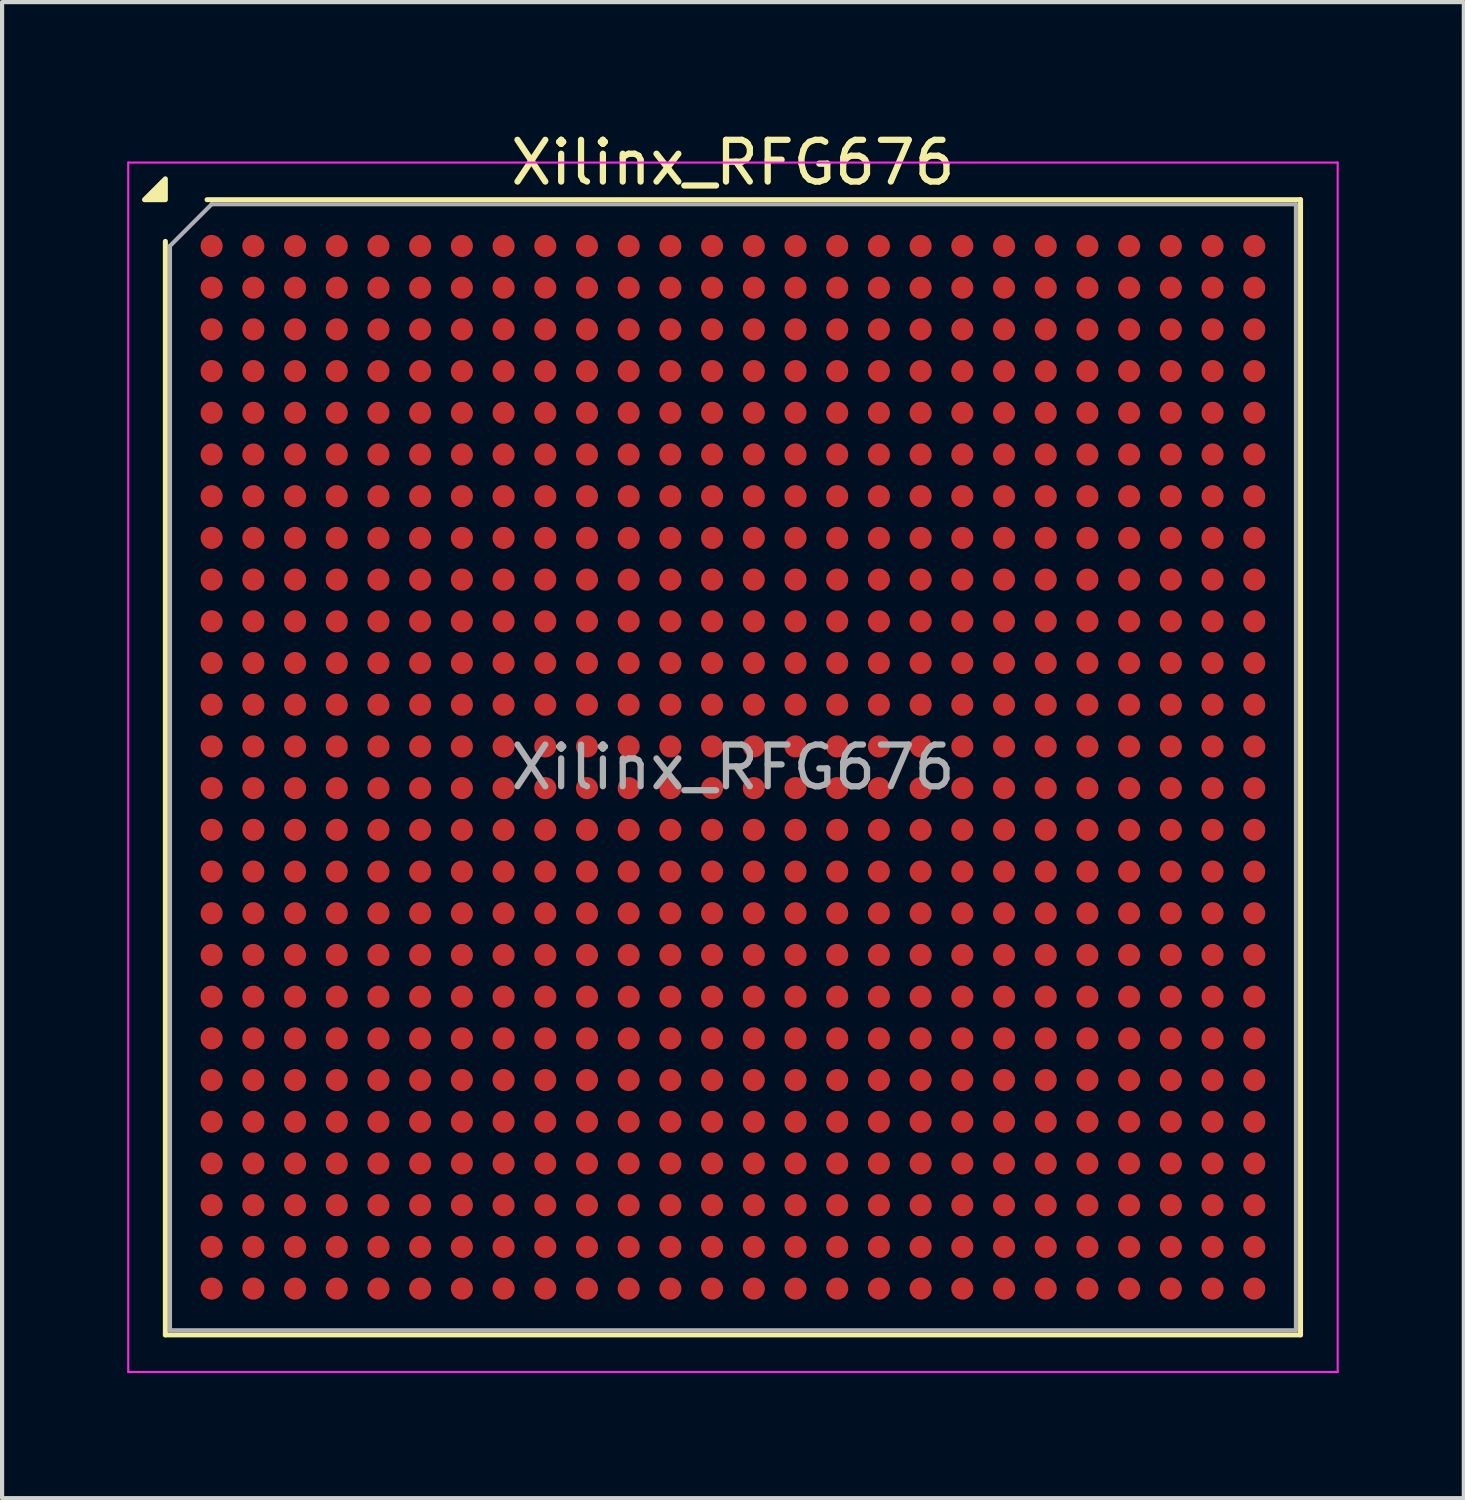
<source format=kicad_pcb>
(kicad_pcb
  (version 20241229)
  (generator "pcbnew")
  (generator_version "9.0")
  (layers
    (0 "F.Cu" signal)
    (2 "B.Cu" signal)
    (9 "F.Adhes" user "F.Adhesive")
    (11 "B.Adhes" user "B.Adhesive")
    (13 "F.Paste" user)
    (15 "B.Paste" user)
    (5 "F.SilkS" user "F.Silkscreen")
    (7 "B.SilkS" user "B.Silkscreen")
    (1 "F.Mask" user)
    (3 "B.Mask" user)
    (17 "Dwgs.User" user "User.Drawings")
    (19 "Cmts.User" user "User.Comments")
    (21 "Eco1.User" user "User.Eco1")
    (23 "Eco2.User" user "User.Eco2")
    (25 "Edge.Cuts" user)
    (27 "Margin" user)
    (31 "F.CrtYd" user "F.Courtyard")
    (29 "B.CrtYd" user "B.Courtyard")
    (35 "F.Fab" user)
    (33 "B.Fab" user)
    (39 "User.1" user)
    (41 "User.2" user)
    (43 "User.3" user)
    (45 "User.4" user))
  (footprint "Xilinx_RFG676"
    (layer "F.Cu")
    (at 14.525 15.348)
    (property "Reference" "Xilinx_RFG676" (at 0 -14.5 0) (layer "F.SilkS") (effects (font (size 1 1) (thickness 0.15))))
    (attr smd)
    (fp_line (start -13.61 13.61) (end -13.61 -12.61) (stroke (width 0.12) (type solid)) (layer "F.SilkS"))
    (fp_line (start -12.61 -13.61) (end 13.61 -13.61) (stroke (width 0.12) (type solid)) (layer "F.SilkS"))
    (fp_line (start 13.61 -13.61) (end 13.61 13.61) (stroke (width 0.12) (type solid)) (layer "F.SilkS"))
    (fp_line (start 13.61 13.61) (end -13.61 13.61) (stroke (width 0.12) (type solid)) (layer "F.SilkS"))
    (fp_poly (pts (xy -13.61 -13.61) (xy -14.11 -13.61) (xy -13.61 -14.11) (xy -13.61 -13.61)) (stroke (width 0.12) (type solid)) (fill yes) (layer "F.SilkS"))
    (fp_line (start -14.5 -14.5) (end -14.5 14.5) (stroke (width 0.05) (type solid)) (layer "F.CrtYd"))
    (fp_line (start -14.5 14.5) (end 14.5 14.5) (stroke (width 0.05) (type solid)) (layer "F.CrtYd"))
    (fp_line (start 14.5 -14.5) (end -14.5 -14.5) (stroke (width 0.05) (type solid)) (layer "F.CrtYd"))
    (fp_line (start 14.5 14.5) (end 14.5 -14.5) (stroke (width 0.05) (type solid)) (layer "F.CrtYd"))
    (fp_line (start -13.5 -12.5) (end -12.5 -13.5) (stroke (width 0.1) (type solid)) (layer "F.Fab"))
    (fp_line (start -13.5 13.5) (end -13.5 -12.5) (stroke (width 0.1) (type solid)) (layer "F.Fab"))
    (fp_line (start -12.5 -13.5) (end 13.5 -13.5) (stroke (width 0.1) (type solid)) (layer "F.Fab"))
    (fp_line (start 13.5 -13.5) (end 13.5 13.5) (stroke (width 0.1) (type solid)) (layer "F.Fab"))
    (fp_line (start 13.5 13.5) (end -13.5 13.5) (stroke (width 0.1) (type solid)) (layer "F.Fab"))
    (fp_text user "${REFERENCE}" (at 0 0 0) (layer "F.Fab") (effects (font (size 1 1) (thickness 0.15))))
    (pad "A1" smd circle (at -12.5 -12.5) (size 0.53 0.53) (property pad_prop_bga) (layers "F.Cu" "F.Mask" "F.Paste"))
    (pad "A2" smd circle (at -11.5 -12.5) (size 0.53 0.53) (property pad_prop_bga) (layers "F.Cu" "F.Mask" "F.Paste"))
    (pad "A3" smd circle (at -10.5 -12.5) (size 0.53 0.53) (property pad_prop_bga) (layers "F.Cu" "F.Mask" "F.Paste"))
    (pad "A4" smd circle (at -9.5 -12.5) (size 0.53 0.53) (property pad_prop_bga) (layers "F.Cu" "F.Mask" "F.Paste"))
    (pad "A5" smd circle (at -8.5 -12.5) (size 0.53 0.53) (property pad_prop_bga) (layers "F.Cu" "F.Mask" "F.Paste"))
    (pad "A6" smd circle (at -7.5 -12.5) (size 0.53 0.53) (property pad_prop_bga) (layers "F.Cu" "F.Mask" "F.Paste"))
    (pad "A7" smd circle (at -6.5 -12.5) (size 0.53 0.53) (property pad_prop_bga) (layers "F.Cu" "F.Mask" "F.Paste"))
    (pad "A8" smd circle (at -5.5 -12.5) (size 0.53 0.53) (property pad_prop_bga) (layers "F.Cu" "F.Mask" "F.Paste"))
    (pad "A9" smd circle (at -4.5 -12.5) (size 0.53 0.53) (property pad_prop_bga) (layers "F.Cu" "F.Mask" "F.Paste"))
    (pad "A10" smd circle (at -3.5 -12.5) (size 0.53 0.53) (property pad_prop_bga) (layers "F.Cu" "F.Mask" "F.Paste"))
    (pad "A11" smd circle (at -2.5 -12.5) (size 0.53 0.53) (property pad_prop_bga) (layers "F.Cu" "F.Mask" "F.Paste"))
    (pad "A12" smd circle (at -1.5 -12.5) (size 0.53 0.53) (property pad_prop_bga) (layers "F.Cu" "F.Mask" "F.Paste"))
    (pad "A13" smd circle (at -0.5 -12.5) (size 0.53 0.53) (property pad_prop_bga) (layers "F.Cu" "F.Mask" "F.Paste"))
    (pad "A14" smd circle (at 0.5 -12.5) (size 0.53 0.53) (property pad_prop_bga) (layers "F.Cu" "F.Mask" "F.Paste"))
    (pad "A15" smd circle (at 1.5 -12.5) (size 0.53 0.53) (property pad_prop_bga) (layers "F.Cu" "F.Mask" "F.Paste"))
    (pad "A16" smd circle (at 2.5 -12.5) (size 0.53 0.53) (property pad_prop_bga) (layers "F.Cu" "F.Mask" "F.Paste"))
    (pad "A17" smd circle (at 3.5 -12.5) (size 0.53 0.53) (property pad_prop_bga) (layers "F.Cu" "F.Mask" "F.Paste"))
    (pad "A18" smd circle (at 4.5 -12.5) (size 0.53 0.53) (property pad_prop_bga) (layers "F.Cu" "F.Mask" "F.Paste"))
    (pad "A19" smd circle (at 5.5 -12.5) (size 0.53 0.53) (property pad_prop_bga) (layers "F.Cu" "F.Mask" "F.Paste"))
    (pad "A20" smd circle (at 6.5 -12.5) (size 0.53 0.53) (property pad_prop_bga) (layers "F.Cu" "F.Mask" "F.Paste"))
    (pad "A21" smd circle (at 7.5 -12.5) (size 0.53 0.53) (property pad_prop_bga) (layers "F.Cu" "F.Mask" "F.Paste"))
    (pad "A22" smd circle (at 8.5 -12.5) (size 0.53 0.53) (property pad_prop_bga) (layers "F.Cu" "F.Mask" "F.Paste"))
    (pad "A23" smd circle (at 9.5 -12.5) (size 0.53 0.53) (property pad_prop_bga) (layers "F.Cu" "F.Mask" "F.Paste"))
    (pad "A24" smd circle (at 10.5 -12.5) (size 0.53 0.53) (property pad_prop_bga) (layers "F.Cu" "F.Mask" "F.Paste"))
    (pad "A25" smd circle (at 11.5 -12.5) (size 0.53 0.53) (property pad_prop_bga) (layers "F.Cu" "F.Mask" "F.Paste"))
    (pad "A26" smd circle (at 12.5 -12.5) (size 0.53 0.53) (property pad_prop_bga) (layers "F.Cu" "F.Mask" "F.Paste"))
    (pad "AA1" smd circle (at -12.5 7.5) (size 0.53 0.53) (property pad_prop_bga) (layers "F.Cu" "F.Mask" "F.Paste"))
    (pad "AA2" smd circle (at -11.5 7.5) (size 0.53 0.53) (property pad_prop_bga) (layers "F.Cu" "F.Mask" "F.Paste"))
    (pad "AA3" smd circle (at -10.5 7.5) (size 0.53 0.53) (property pad_prop_bga) (layers "F.Cu" "F.Mask" "F.Paste"))
    (pad "AA4" smd circle (at -9.5 7.5) (size 0.53 0.53) (property pad_prop_bga) (layers "F.Cu" "F.Mask" "F.Paste"))
    (pad "AA5" smd circle (at -8.5 7.5) (size 0.53 0.53) (property pad_prop_bga) (layers "F.Cu" "F.Mask" "F.Paste"))
    (pad "AA6" smd circle (at -7.5 7.5) (size 0.53 0.53) (property pad_prop_bga) (layers "F.Cu" "F.Mask" "F.Paste"))
    (pad "AA7" smd circle (at -6.5 7.5) (size 0.53 0.53) (property pad_prop_bga) (layers "F.Cu" "F.Mask" "F.Paste"))
    (pad "AA8" smd circle (at -5.5 7.5) (size 0.53 0.53) (property pad_prop_bga) (layers "F.Cu" "F.Mask" "F.Paste"))
    (pad "AA9" smd circle (at -4.5 7.5) (size 0.53 0.53) (property pad_prop_bga) (layers "F.Cu" "F.Mask" "F.Paste"))
    (pad "AA10" smd circle (at -3.5 7.5) (size 0.53 0.53) (property pad_prop_bga) (layers "F.Cu" "F.Mask" "F.Paste"))
    (pad "AA11" smd circle (at -2.5 7.5) (size 0.53 0.53) (property pad_prop_bga) (layers "F.Cu" "F.Mask" "F.Paste"))
    (pad "AA12" smd circle (at -1.5 7.5) (size 0.53 0.53) (property pad_prop_bga) (layers "F.Cu" "F.Mask" "F.Paste"))
    (pad "AA13" smd circle (at -0.5 7.5) (size 0.53 0.53) (property pad_prop_bga) (layers "F.Cu" "F.Mask" "F.Paste"))
    (pad "AA14" smd circle (at 0.5 7.5) (size 0.53 0.53) (property pad_prop_bga) (layers "F.Cu" "F.Mask" "F.Paste"))
    (pad "AA15" smd circle (at 1.5 7.5) (size 0.53 0.53) (property pad_prop_bga) (layers "F.Cu" "F.Mask" "F.Paste"))
    (pad "AA16" smd circle (at 2.5 7.5) (size 0.53 0.53) (property pad_prop_bga) (layers "F.Cu" "F.Mask" "F.Paste"))
    (pad "AA17" smd circle (at 3.5 7.5) (size 0.53 0.53) (property pad_prop_bga) (layers "F.Cu" "F.Mask" "F.Paste"))
    (pad "AA18" smd circle (at 4.5 7.5) (size 0.53 0.53) (property pad_prop_bga) (layers "F.Cu" "F.Mask" "F.Paste"))
    (pad "AA19" smd circle (at 5.5 7.5) (size 0.53 0.53) (property pad_prop_bga) (layers "F.Cu" "F.Mask" "F.Paste"))
    (pad "AA20" smd circle (at 6.5 7.5) (size 0.53 0.53) (property pad_prop_bga) (layers "F.Cu" "F.Mask" "F.Paste"))
    (pad "AA21" smd circle (at 7.5 7.5) (size 0.53 0.53) (property pad_prop_bga) (layers "F.Cu" "F.Mask" "F.Paste"))
    (pad "AA22" smd circle (at 8.5 7.5) (size 0.53 0.53) (property pad_prop_bga) (layers "F.Cu" "F.Mask" "F.Paste"))
    (pad "AA23" smd circle (at 9.5 7.5) (size 0.53 0.53) (property pad_prop_bga) (layers "F.Cu" "F.Mask" "F.Paste"))
    (pad "AA24" smd circle (at 10.5 7.5) (size 0.53 0.53) (property pad_prop_bga) (layers "F.Cu" "F.Mask" "F.Paste"))
    (pad "AA25" smd circle (at 11.5 7.5) (size 0.53 0.53) (property pad_prop_bga) (layers "F.Cu" "F.Mask" "F.Paste"))
    (pad "AA26" smd circle (at 12.5 7.5) (size 0.53 0.53) (property pad_prop_bga) (layers "F.Cu" "F.Mask" "F.Paste"))
    (pad "AB1" smd circle (at -12.5 8.5) (size 0.53 0.53) (property pad_prop_bga) (layers "F.Cu" "F.Mask" "F.Paste"))
    (pad "AB2" smd circle (at -11.5 8.5) (size 0.53 0.53) (property pad_prop_bga) (layers "F.Cu" "F.Mask" "F.Paste"))
    (pad "AB3" smd circle (at -10.5 8.5) (size 0.53 0.53) (property pad_prop_bga) (layers "F.Cu" "F.Mask" "F.Paste"))
    (pad "AB4" smd circle (at -9.5 8.5) (size 0.53 0.53) (property pad_prop_bga) (layers "F.Cu" "F.Mask" "F.Paste"))
    (pad "AB5" smd circle (at -8.5 8.5) (size 0.53 0.53) (property pad_prop_bga) (layers "F.Cu" "F.Mask" "F.Paste"))
    (pad "AB6" smd circle (at -7.5 8.5) (size 0.53 0.53) (property pad_prop_bga) (layers "F.Cu" "F.Mask" "F.Paste"))
    (pad "AB7" smd circle (at -6.5 8.5) (size 0.53 0.53) (property pad_prop_bga) (layers "F.Cu" "F.Mask" "F.Paste"))
    (pad "AB8" smd circle (at -5.5 8.5) (size 0.53 0.53) (property pad_prop_bga) (layers "F.Cu" "F.Mask" "F.Paste"))
    (pad "AB9" smd circle (at -4.5 8.5) (size 0.53 0.53) (property pad_prop_bga) (layers "F.Cu" "F.Mask" "F.Paste"))
    (pad "AB10" smd circle (at -3.5 8.5) (size 0.53 0.53) (property pad_prop_bga) (layers "F.Cu" "F.Mask" "F.Paste"))
    (pad "AB11" smd circle (at -2.5 8.5) (size 0.53 0.53) (property pad_prop_bga) (layers "F.Cu" "F.Mask" "F.Paste"))
    (pad "AB12" smd circle (at -1.5 8.5) (size 0.53 0.53) (property pad_prop_bga) (layers "F.Cu" "F.Mask" "F.Paste"))
    (pad "AB13" smd circle (at -0.5 8.5) (size 0.53 0.53) (property pad_prop_bga) (layers "F.Cu" "F.Mask" "F.Paste"))
    (pad "AB14" smd circle (at 0.5 8.5) (size 0.53 0.53) (property pad_prop_bga) (layers "F.Cu" "F.Mask" "F.Paste"))
    (pad "AB15" smd circle (at 1.5 8.5) (size 0.53 0.53) (property pad_prop_bga) (layers "F.Cu" "F.Mask" "F.Paste"))
    (pad "AB16" smd circle (at 2.5 8.5) (size 0.53 0.53) (property pad_prop_bga) (layers "F.Cu" "F.Mask" "F.Paste"))
    (pad "AB17" smd circle (at 3.5 8.5) (size 0.53 0.53) (property pad_prop_bga) (layers "F.Cu" "F.Mask" "F.Paste"))
    (pad "AB18" smd circle (at 4.5 8.5) (size 0.53 0.53) (property pad_prop_bga) (layers "F.Cu" "F.Mask" "F.Paste"))
    (pad "AB19" smd circle (at 5.5 8.5) (size 0.53 0.53) (property pad_prop_bga) (layers "F.Cu" "F.Mask" "F.Paste"))
    (pad "AB20" smd circle (at 6.5 8.5) (size 0.53 0.53) (property pad_prop_bga) (layers "F.Cu" "F.Mask" "F.Paste"))
    (pad "AB21" smd circle (at 7.5 8.5) (size 0.53 0.53) (property pad_prop_bga) (layers "F.Cu" "F.Mask" "F.Paste"))
    (pad "AB22" smd circle (at 8.5 8.5) (size 0.53 0.53) (property pad_prop_bga) (layers "F.Cu" "F.Mask" "F.Paste"))
    (pad "AB23" smd circle (at 9.5 8.5) (size 0.53 0.53) (property pad_prop_bga) (layers "F.Cu" "F.Mask" "F.Paste"))
    (pad "AB24" smd circle (at 10.5 8.5) (size 0.53 0.53) (property pad_prop_bga) (layers "F.Cu" "F.Mask" "F.Paste"))
    (pad "AB25" smd circle (at 11.5 8.5) (size 0.53 0.53) (property pad_prop_bga) (layers "F.Cu" "F.Mask" "F.Paste"))
    (pad "AB26" smd circle (at 12.5 8.5) (size 0.53 0.53) (property pad_prop_bga) (layers "F.Cu" "F.Mask" "F.Paste"))
    (pad "AC1" smd circle (at -12.5 9.5) (size 0.53 0.53) (property pad_prop_bga) (layers "F.Cu" "F.Mask" "F.Paste"))
    (pad "AC2" smd circle (at -11.5 9.5) (size 0.53 0.53) (property pad_prop_bga) (layers "F.Cu" "F.Mask" "F.Paste"))
    (pad "AC3" smd circle (at -10.5 9.5) (size 0.53 0.53) (property pad_prop_bga) (layers "F.Cu" "F.Mask" "F.Paste"))
    (pad "AC4" smd circle (at -9.5 9.5) (size 0.53 0.53) (property pad_prop_bga) (layers "F.Cu" "F.Mask" "F.Paste"))
    (pad "AC5" smd circle (at -8.5 9.5) (size 0.53 0.53) (property pad_prop_bga) (layers "F.Cu" "F.Mask" "F.Paste"))
    (pad "AC6" smd circle (at -7.5 9.5) (size 0.53 0.53) (property pad_prop_bga) (layers "F.Cu" "F.Mask" "F.Paste"))
    (pad "AC7" smd circle (at -6.5 9.5) (size 0.53 0.53) (property pad_prop_bga) (layers "F.Cu" "F.Mask" "F.Paste"))
    (pad "AC8" smd circle (at -5.5 9.5) (size 0.53 0.53) (property pad_prop_bga) (layers "F.Cu" "F.Mask" "F.Paste"))
    (pad "AC9" smd circle (at -4.5 9.5) (size 0.53 0.53) (property pad_prop_bga) (layers "F.Cu" "F.Mask" "F.Paste"))
    (pad "AC10" smd circle (at -3.5 9.5) (size 0.53 0.53) (property pad_prop_bga) (layers "F.Cu" "F.Mask" "F.Paste"))
    (pad "AC11" smd circle (at -2.5 9.5) (size 0.53 0.53) (property pad_prop_bga) (layers "F.Cu" "F.Mask" "F.Paste"))
    (pad "AC12" smd circle (at -1.5 9.5) (size 0.53 0.53) (property pad_prop_bga) (layers "F.Cu" "F.Mask" "F.Paste"))
    (pad "AC13" smd circle (at -0.5 9.5) (size 0.53 0.53) (property pad_prop_bga) (layers "F.Cu" "F.Mask" "F.Paste"))
    (pad "AC14" smd circle (at 0.5 9.5) (size 0.53 0.53) (property pad_prop_bga) (layers "F.Cu" "F.Mask" "F.Paste"))
    (pad "AC15" smd circle (at 1.5 9.5) (size 0.53 0.53) (property pad_prop_bga) (layers "F.Cu" "F.Mask" "F.Paste"))
    (pad "AC16" smd circle (at 2.5 9.5) (size 0.53 0.53) (property pad_prop_bga) (layers "F.Cu" "F.Mask" "F.Paste"))
    (pad "AC17" smd circle (at 3.5 9.5) (size 0.53 0.53) (property pad_prop_bga) (layers "F.Cu" "F.Mask" "F.Paste"))
    (pad "AC18" smd circle (at 4.5 9.5) (size 0.53 0.53) (property pad_prop_bga) (layers "F.Cu" "F.Mask" "F.Paste"))
    (pad "AC19" smd circle (at 5.5 9.5) (size 0.53 0.53) (property pad_prop_bga) (layers "F.Cu" "F.Mask" "F.Paste"))
    (pad "AC20" smd circle (at 6.5 9.5) (size 0.53 0.53) (property pad_prop_bga) (layers "F.Cu" "F.Mask" "F.Paste"))
    (pad "AC21" smd circle (at 7.5 9.5) (size 0.53 0.53) (property pad_prop_bga) (layers "F.Cu" "F.Mask" "F.Paste"))
    (pad "AC22" smd circle (at 8.5 9.5) (size 0.53 0.53) (property pad_prop_bga) (layers "F.Cu" "F.Mask" "F.Paste"))
    (pad "AC23" smd circle (at 9.5 9.5) (size 0.53 0.53) (property pad_prop_bga) (layers "F.Cu" "F.Mask" "F.Paste"))
    (pad "AC24" smd circle (at 10.5 9.5) (size 0.53 0.53) (property pad_prop_bga) (layers "F.Cu" "F.Mask" "F.Paste"))
    (pad "AC25" smd circle (at 11.5 9.5) (size 0.53 0.53) (property pad_prop_bga) (layers "F.Cu" "F.Mask" "F.Paste"))
    (pad "AC26" smd circle (at 12.5 9.5) (size 0.53 0.53) (property pad_prop_bga) (layers "F.Cu" "F.Mask" "F.Paste"))
    (pad "AD1" smd circle (at -12.5 10.5) (size 0.53 0.53) (property pad_prop_bga) (layers "F.Cu" "F.Mask" "F.Paste"))
    (pad "AD2" smd circle (at -11.5 10.5) (size 0.53 0.53) (property pad_prop_bga) (layers "F.Cu" "F.Mask" "F.Paste"))
    (pad "AD3" smd circle (at -10.5 10.5) (size 0.53 0.53) (property pad_prop_bga) (layers "F.Cu" "F.Mask" "F.Paste"))
    (pad "AD4" smd circle (at -9.5 10.5) (size 0.53 0.53) (property pad_prop_bga) (layers "F.Cu" "F.Mask" "F.Paste"))
    (pad "AD5" smd circle (at -8.5 10.5) (size 0.53 0.53) (property pad_prop_bga) (layers "F.Cu" "F.Mask" "F.Paste"))
    (pad "AD6" smd circle (at -7.5 10.5) (size 0.53 0.53) (property pad_prop_bga) (layers "F.Cu" "F.Mask" "F.Paste"))
    (pad "AD7" smd circle (at -6.5 10.5) (size 0.53 0.53) (property pad_prop_bga) (layers "F.Cu" "F.Mask" "F.Paste"))
    (pad "AD8" smd circle (at -5.5 10.5) (size 0.53 0.53) (property pad_prop_bga) (layers "F.Cu" "F.Mask" "F.Paste"))
    (pad "AD9" smd circle (at -4.5 10.5) (size 0.53 0.53) (property pad_prop_bga) (layers "F.Cu" "F.Mask" "F.Paste"))
    (pad "AD10" smd circle (at -3.5 10.5) (size 0.53 0.53) (property pad_prop_bga) (layers "F.Cu" "F.Mask" "F.Paste"))
    (pad "AD11" smd circle (at -2.5 10.5) (size 0.53 0.53) (property pad_prop_bga) (layers "F.Cu" "F.Mask" "F.Paste"))
    (pad "AD12" smd circle (at -1.5 10.5) (size 0.53 0.53) (property pad_prop_bga) (layers "F.Cu" "F.Mask" "F.Paste"))
    (pad "AD13" smd circle (at -0.5 10.5) (size 0.53 0.53) (property pad_prop_bga) (layers "F.Cu" "F.Mask" "F.Paste"))
    (pad "AD14" smd circle (at 0.5 10.5) (size 0.53 0.53) (property pad_prop_bga) (layers "F.Cu" "F.Mask" "F.Paste"))
    (pad "AD15" smd circle (at 1.5 10.5) (size 0.53 0.53) (property pad_prop_bga) (layers "F.Cu" "F.Mask" "F.Paste"))
    (pad "AD16" smd circle (at 2.5 10.5) (size 0.53 0.53) (property pad_prop_bga) (layers "F.Cu" "F.Mask" "F.Paste"))
    (pad "AD17" smd circle (at 3.5 10.5) (size 0.53 0.53) (property pad_prop_bga) (layers "F.Cu" "F.Mask" "F.Paste"))
    (pad "AD18" smd circle (at 4.5 10.5) (size 0.53 0.53) (property pad_prop_bga) (layers "F.Cu" "F.Mask" "F.Paste"))
    (pad "AD19" smd circle (at 5.5 10.5) (size 0.53 0.53) (property pad_prop_bga) (layers "F.Cu" "F.Mask" "F.Paste"))
    (pad "AD20" smd circle (at 6.5 10.5) (size 0.53 0.53) (property pad_prop_bga) (layers "F.Cu" "F.Mask" "F.Paste"))
    (pad "AD21" smd circle (at 7.5 10.5) (size 0.53 0.53) (property pad_prop_bga) (layers "F.Cu" "F.Mask" "F.Paste"))
    (pad "AD22" smd circle (at 8.5 10.5) (size 0.53 0.53) (property pad_prop_bga) (layers "F.Cu" "F.Mask" "F.Paste"))
    (pad "AD23" smd circle (at 9.5 10.5) (size 0.53 0.53) (property pad_prop_bga) (layers "F.Cu" "F.Mask" "F.Paste"))
    (pad "AD24" smd circle (at 10.5 10.5) (size 0.53 0.53) (property pad_prop_bga) (layers "F.Cu" "F.Mask" "F.Paste"))
    (pad "AD25" smd circle (at 11.5 10.5) (size 0.53 0.53) (property pad_prop_bga) (layers "F.Cu" "F.Mask" "F.Paste"))
    (pad "AD26" smd circle (at 12.5 10.5) (size 0.53 0.53) (property pad_prop_bga) (layers "F.Cu" "F.Mask" "F.Paste"))
    (pad "AE1" smd circle (at -12.5 11.5) (size 0.53 0.53) (property pad_prop_bga) (layers "F.Cu" "F.Mask" "F.Paste"))
    (pad "AE2" smd circle (at -11.5 11.5) (size 0.53 0.53) (property pad_prop_bga) (layers "F.Cu" "F.Mask" "F.Paste"))
    (pad "AE3" smd circle (at -10.5 11.5) (size 0.53 0.53) (property pad_prop_bga) (layers "F.Cu" "F.Mask" "F.Paste"))
    (pad "AE4" smd circle (at -9.5 11.5) (size 0.53 0.53) (property pad_prop_bga) (layers "F.Cu" "F.Mask" "F.Paste"))
    (pad "AE5" smd circle (at -8.5 11.5) (size 0.53 0.53) (property pad_prop_bga) (layers "F.Cu" "F.Mask" "F.Paste"))
    (pad "AE6" smd circle (at -7.5 11.5) (size 0.53 0.53) (property pad_prop_bga) (layers "F.Cu" "F.Mask" "F.Paste"))
    (pad "AE7" smd circle (at -6.5 11.5) (size 0.53 0.53) (property pad_prop_bga) (layers "F.Cu" "F.Mask" "F.Paste"))
    (pad "AE8" smd circle (at -5.5 11.5) (size 0.53 0.53) (property pad_prop_bga) (layers "F.Cu" "F.Mask" "F.Paste"))
    (pad "AE9" smd circle (at -4.5 11.5) (size 0.53 0.53) (property pad_prop_bga) (layers "F.Cu" "F.Mask" "F.Paste"))
    (pad "AE10" smd circle (at -3.5 11.5) (size 0.53 0.53) (property pad_prop_bga) (layers "F.Cu" "F.Mask" "F.Paste"))
    (pad "AE11" smd circle (at -2.5 11.5) (size 0.53 0.53) (property pad_prop_bga) (layers "F.Cu" "F.Mask" "F.Paste"))
    (pad "AE12" smd circle (at -1.5 11.5) (size 0.53 0.53) (property pad_prop_bga) (layers "F.Cu" "F.Mask" "F.Paste"))
    (pad "AE13" smd circle (at -0.5 11.5) (size 0.53 0.53) (property pad_prop_bga) (layers "F.Cu" "F.Mask" "F.Paste"))
    (pad "AE14" smd circle (at 0.5 11.5) (size 0.53 0.53) (property pad_prop_bga) (layers "F.Cu" "F.Mask" "F.Paste"))
    (pad "AE15" smd circle (at 1.5 11.5) (size 0.53 0.53) (property pad_prop_bga) (layers "F.Cu" "F.Mask" "F.Paste"))
    (pad "AE16" smd circle (at 2.5 11.5) (size 0.53 0.53) (property pad_prop_bga) (layers "F.Cu" "F.Mask" "F.Paste"))
    (pad "AE17" smd circle (at 3.5 11.5) (size 0.53 0.53) (property pad_prop_bga) (layers "F.Cu" "F.Mask" "F.Paste"))
    (pad "AE18" smd circle (at 4.5 11.5) (size 0.53 0.53) (property pad_prop_bga) (layers "F.Cu" "F.Mask" "F.Paste"))
    (pad "AE19" smd circle (at 5.5 11.5) (size 0.53 0.53) (property pad_prop_bga) (layers "F.Cu" "F.Mask" "F.Paste"))
    (pad "AE20" smd circle (at 6.5 11.5) (size 0.53 0.53) (property pad_prop_bga) (layers "F.Cu" "F.Mask" "F.Paste"))
    (pad "AE21" smd circle (at 7.5 11.5) (size 0.53 0.53) (property pad_prop_bga) (layers "F.Cu" "F.Mask" "F.Paste"))
    (pad "AE22" smd circle (at 8.5 11.5) (size 0.53 0.53) (property pad_prop_bga) (layers "F.Cu" "F.Mask" "F.Paste"))
    (pad "AE23" smd circle (at 9.5 11.5) (size 0.53 0.53) (property pad_prop_bga) (layers "F.Cu" "F.Mask" "F.Paste"))
    (pad "AE24" smd circle (at 10.5 11.5) (size 0.53 0.53) (property pad_prop_bga) (layers "F.Cu" "F.Mask" "F.Paste"))
    (pad "AE25" smd circle (at 11.5 11.5) (size 0.53 0.53) (property pad_prop_bga) (layers "F.Cu" "F.Mask" "F.Paste"))
    (pad "AE26" smd circle (at 12.5 11.5) (size 0.53 0.53) (property pad_prop_bga) (layers "F.Cu" "F.Mask" "F.Paste"))
    (pad "AF1" smd circle (at -12.5 12.5) (size 0.53 0.53) (property pad_prop_bga) (layers "F.Cu" "F.Mask" "F.Paste"))
    (pad "AF2" smd circle (at -11.5 12.5) (size 0.53 0.53) (property pad_prop_bga) (layers "F.Cu" "F.Mask" "F.Paste"))
    (pad "AF3" smd circle (at -10.5 12.5) (size 0.53 0.53) (property pad_prop_bga) (layers "F.Cu" "F.Mask" "F.Paste"))
    (pad "AF4" smd circle (at -9.5 12.5) (size 0.53 0.53) (property pad_prop_bga) (layers "F.Cu" "F.Mask" "F.Paste"))
    (pad "AF5" smd circle (at -8.5 12.5) (size 0.53 0.53) (property pad_prop_bga) (layers "F.Cu" "F.Mask" "F.Paste"))
    (pad "AF6" smd circle (at -7.5 12.5) (size 0.53 0.53) (property pad_prop_bga) (layers "F.Cu" "F.Mask" "F.Paste"))
    (pad "AF7" smd circle (at -6.5 12.5) (size 0.53 0.53) (property pad_prop_bga) (layers "F.Cu" "F.Mask" "F.Paste"))
    (pad "AF8" smd circle (at -5.5 12.5) (size 0.53 0.53) (property pad_prop_bga) (layers "F.Cu" "F.Mask" "F.Paste"))
    (pad "AF9" smd circle (at -4.5 12.5) (size 0.53 0.53) (property pad_prop_bga) (layers "F.Cu" "F.Mask" "F.Paste"))
    (pad "AF10" smd circle (at -3.5 12.5) (size 0.53 0.53) (property pad_prop_bga) (layers "F.Cu" "F.Mask" "F.Paste"))
    (pad "AF11" smd circle (at -2.5 12.5) (size 0.53 0.53) (property pad_prop_bga) (layers "F.Cu" "F.Mask" "F.Paste"))
    (pad "AF12" smd circle (at -1.5 12.5) (size 0.53 0.53) (property pad_prop_bga) (layers "F.Cu" "F.Mask" "F.Paste"))
    (pad "AF13" smd circle (at -0.5 12.5) (size 0.53 0.53) (property pad_prop_bga) (layers "F.Cu" "F.Mask" "F.Paste"))
    (pad "AF14" smd circle (at 0.5 12.5) (size 0.53 0.53) (property pad_prop_bga) (layers "F.Cu" "F.Mask" "F.Paste"))
    (pad "AF15" smd circle (at 1.5 12.5) (size 0.53 0.53) (property pad_prop_bga) (layers "F.Cu" "F.Mask" "F.Paste"))
    (pad "AF16" smd circle (at 2.5 12.5) (size 0.53 0.53) (property pad_prop_bga) (layers "F.Cu" "F.Mask" "F.Paste"))
    (pad "AF17" smd circle (at 3.5 12.5) (size 0.53 0.53) (property pad_prop_bga) (layers "F.Cu" "F.Mask" "F.Paste"))
    (pad "AF18" smd circle (at 4.5 12.5) (size 0.53 0.53) (property pad_prop_bga) (layers "F.Cu" "F.Mask" "F.Paste"))
    (pad "AF19" smd circle (at 5.5 12.5) (size 0.53 0.53) (property pad_prop_bga) (layers "F.Cu" "F.Mask" "F.Paste"))
    (pad "AF20" smd circle (at 6.5 12.5) (size 0.53 0.53) (property pad_prop_bga) (layers "F.Cu" "F.Mask" "F.Paste"))
    (pad "AF21" smd circle (at 7.5 12.5) (size 0.53 0.53) (property pad_prop_bga) (layers "F.Cu" "F.Mask" "F.Paste"))
    (pad "AF22" smd circle (at 8.5 12.5) (size 0.53 0.53) (property pad_prop_bga) (layers "F.Cu" "F.Mask" "F.Paste"))
    (pad "AF23" smd circle (at 9.5 12.5) (size 0.53 0.53) (property pad_prop_bga) (layers "F.Cu" "F.Mask" "F.Paste"))
    (pad "AF24" smd circle (at 10.5 12.5) (size 0.53 0.53) (property pad_prop_bga) (layers "F.Cu" "F.Mask" "F.Paste"))
    (pad "AF25" smd circle (at 11.5 12.5) (size 0.53 0.53) (property pad_prop_bga) (layers "F.Cu" "F.Mask" "F.Paste"))
    (pad "AF26" smd circle (at 12.5 12.5) (size 0.53 0.53) (property pad_prop_bga) (layers "F.Cu" "F.Mask" "F.Paste"))
    (pad "B1" smd circle (at -12.5 -11.5) (size 0.53 0.53) (property pad_prop_bga) (layers "F.Cu" "F.Mask" "F.Paste"))
    (pad "B2" smd circle (at -11.5 -11.5) (size 0.53 0.53) (property pad_prop_bga) (layers "F.Cu" "F.Mask" "F.Paste"))
    (pad "B3" smd circle (at -10.5 -11.5) (size 0.53 0.53) (property pad_prop_bga) (layers "F.Cu" "F.Mask" "F.Paste"))
    (pad "B4" smd circle (at -9.5 -11.5) (size 0.53 0.53) (property pad_prop_bga) (layers "F.Cu" "F.Mask" "F.Paste"))
    (pad "B5" smd circle (at -8.5 -11.5) (size 0.53 0.53) (property pad_prop_bga) (layers "F.Cu" "F.Mask" "F.Paste"))
    (pad "B6" smd circle (at -7.5 -11.5) (size 0.53 0.53) (property pad_prop_bga) (layers "F.Cu" "F.Mask" "F.Paste"))
    (pad "B7" smd circle (at -6.5 -11.5) (size 0.53 0.53) (property pad_prop_bga) (layers "F.Cu" "F.Mask" "F.Paste"))
    (pad "B8" smd circle (at -5.5 -11.5) (size 0.53 0.53) (property pad_prop_bga) (layers "F.Cu" "F.Mask" "F.Paste"))
    (pad "B9" smd circle (at -4.5 -11.5) (size 0.53 0.53) (property pad_prop_bga) (layers "F.Cu" "F.Mask" "F.Paste"))
    (pad "B10" smd circle (at -3.5 -11.5) (size 0.53 0.53) (property pad_prop_bga) (layers "F.Cu" "F.Mask" "F.Paste"))
    (pad "B11" smd circle (at -2.5 -11.5) (size 0.53 0.53) (property pad_prop_bga) (layers "F.Cu" "F.Mask" "F.Paste"))
    (pad "B12" smd circle (at -1.5 -11.5) (size 0.53 0.53) (property pad_prop_bga) (layers "F.Cu" "F.Mask" "F.Paste"))
    (pad "B13" smd circle (at -0.5 -11.5) (size 0.53 0.53) (property pad_prop_bga) (layers "F.Cu" "F.Mask" "F.Paste"))
    (pad "B14" smd circle (at 0.5 -11.5) (size 0.53 0.53) (property pad_prop_bga) (layers "F.Cu" "F.Mask" "F.Paste"))
    (pad "B15" smd circle (at 1.5 -11.5) (size 0.53 0.53) (property pad_prop_bga) (layers "F.Cu" "F.Mask" "F.Paste"))
    (pad "B16" smd circle (at 2.5 -11.5) (size 0.53 0.53) (property pad_prop_bga) (layers "F.Cu" "F.Mask" "F.Paste"))
    (pad "B17" smd circle (at 3.5 -11.5) (size 0.53 0.53) (property pad_prop_bga) (layers "F.Cu" "F.Mask" "F.Paste"))
    (pad "B18" smd circle (at 4.5 -11.5) (size 0.53 0.53) (property pad_prop_bga) (layers "F.Cu" "F.Mask" "F.Paste"))
    (pad "B19" smd circle (at 5.5 -11.5) (size 0.53 0.53) (property pad_prop_bga) (layers "F.Cu" "F.Mask" "F.Paste"))
    (pad "B20" smd circle (at 6.5 -11.5) (size 0.53 0.53) (property pad_prop_bga) (layers "F.Cu" "F.Mask" "F.Paste"))
    (pad "B21" smd circle (at 7.5 -11.5) (size 0.53 0.53) (property pad_prop_bga) (layers "F.Cu" "F.Mask" "F.Paste"))
    (pad "B22" smd circle (at 8.5 -11.5) (size 0.53 0.53) (property pad_prop_bga) (layers "F.Cu" "F.Mask" "F.Paste"))
    (pad "B23" smd circle (at 9.5 -11.5) (size 0.53 0.53) (property pad_prop_bga) (layers "F.Cu" "F.Mask" "F.Paste"))
    (pad "B24" smd circle (at 10.5 -11.5) (size 0.53 0.53) (property pad_prop_bga) (layers "F.Cu" "F.Mask" "F.Paste"))
    (pad "B25" smd circle (at 11.5 -11.5) (size 0.53 0.53) (property pad_prop_bga) (layers "F.Cu" "F.Mask" "F.Paste"))
    (pad "B26" smd circle (at 12.5 -11.5) (size 0.53 0.53) (property pad_prop_bga) (layers "F.Cu" "F.Mask" "F.Paste"))
    (pad "C1" smd circle (at -12.5 -10.5) (size 0.53 0.53) (property pad_prop_bga) (layers "F.Cu" "F.Mask" "F.Paste"))
    (pad "C2" smd circle (at -11.5 -10.5) (size 0.53 0.53) (property pad_prop_bga) (layers "F.Cu" "F.Mask" "F.Paste"))
    (pad "C3" smd circle (at -10.5 -10.5) (size 0.53 0.53) (property pad_prop_bga) (layers "F.Cu" "F.Mask" "F.Paste"))
    (pad "C4" smd circle (at -9.5 -10.5) (size 0.53 0.53) (property pad_prop_bga) (layers "F.Cu" "F.Mask" "F.Paste"))
    (pad "C5" smd circle (at -8.5 -10.5) (size 0.53 0.53) (property pad_prop_bga) (layers "F.Cu" "F.Mask" "F.Paste"))
    (pad "C6" smd circle (at -7.5 -10.5) (size 0.53 0.53) (property pad_prop_bga) (layers "F.Cu" "F.Mask" "F.Paste"))
    (pad "C7" smd circle (at -6.5 -10.5) (size 0.53 0.53) (property pad_prop_bga) (layers "F.Cu" "F.Mask" "F.Paste"))
    (pad "C8" smd circle (at -5.5 -10.5) (size 0.53 0.53) (property pad_prop_bga) (layers "F.Cu" "F.Mask" "F.Paste"))
    (pad "C9" smd circle (at -4.5 -10.5) (size 0.53 0.53) (property pad_prop_bga) (layers "F.Cu" "F.Mask" "F.Paste"))
    (pad "C10" smd circle (at -3.5 -10.5) (size 0.53 0.53) (property pad_prop_bga) (layers "F.Cu" "F.Mask" "F.Paste"))
    (pad "C11" smd circle (at -2.5 -10.5) (size 0.53 0.53) (property pad_prop_bga) (layers "F.Cu" "F.Mask" "F.Paste"))
    (pad "C12" smd circle (at -1.5 -10.5) (size 0.53 0.53) (property pad_prop_bga) (layers "F.Cu" "F.Mask" "F.Paste"))
    (pad "C13" smd circle (at -0.5 -10.5) (size 0.53 0.53) (property pad_prop_bga) (layers "F.Cu" "F.Mask" "F.Paste"))
    (pad "C14" smd circle (at 0.5 -10.5) (size 0.53 0.53) (property pad_prop_bga) (layers "F.Cu" "F.Mask" "F.Paste"))
    (pad "C15" smd circle (at 1.5 -10.5) (size 0.53 0.53) (property pad_prop_bga) (layers "F.Cu" "F.Mask" "F.Paste"))
    (pad "C16" smd circle (at 2.5 -10.5) (size 0.53 0.53) (property pad_prop_bga) (layers "F.Cu" "F.Mask" "F.Paste"))
    (pad "C17" smd circle (at 3.5 -10.5) (size 0.53 0.53) (property pad_prop_bga) (layers "F.Cu" "F.Mask" "F.Paste"))
    (pad "C18" smd circle (at 4.5 -10.5) (size 0.53 0.53) (property pad_prop_bga) (layers "F.Cu" "F.Mask" "F.Paste"))
    (pad "C19" smd circle (at 5.5 -10.5) (size 0.53 0.53) (property pad_prop_bga) (layers "F.Cu" "F.Mask" "F.Paste"))
    (pad "C20" smd circle (at 6.5 -10.5) (size 0.53 0.53) (property pad_prop_bga) (layers "F.Cu" "F.Mask" "F.Paste"))
    (pad "C21" smd circle (at 7.5 -10.5) (size 0.53 0.53) (property pad_prop_bga) (layers "F.Cu" "F.Mask" "F.Paste"))
    (pad "C22" smd circle (at 8.5 -10.5) (size 0.53 0.53) (property pad_prop_bga) (layers "F.Cu" "F.Mask" "F.Paste"))
    (pad "C23" smd circle (at 9.5 -10.5) (size 0.53 0.53) (property pad_prop_bga) (layers "F.Cu" "F.Mask" "F.Paste"))
    (pad "C24" smd circle (at 10.5 -10.5) (size 0.53 0.53) (property pad_prop_bga) (layers "F.Cu" "F.Mask" "F.Paste"))
    (pad "C25" smd circle (at 11.5 -10.5) (size 0.53 0.53) (property pad_prop_bga) (layers "F.Cu" "F.Mask" "F.Paste"))
    (pad "C26" smd circle (at 12.5 -10.5) (size 0.53 0.53) (property pad_prop_bga) (layers "F.Cu" "F.Mask" "F.Paste"))
    (pad "D1" smd circle (at -12.5 -9.5) (size 0.53 0.53) (property pad_prop_bga) (layers "F.Cu" "F.Mask" "F.Paste"))
    (pad "D2" smd circle (at -11.5 -9.5) (size 0.53 0.53) (property pad_prop_bga) (layers "F.Cu" "F.Mask" "F.Paste"))
    (pad "D3" smd circle (at -10.5 -9.5) (size 0.53 0.53) (property pad_prop_bga) (layers "F.Cu" "F.Mask" "F.Paste"))
    (pad "D4" smd circle (at -9.5 -9.5) (size 0.53 0.53) (property pad_prop_bga) (layers "F.Cu" "F.Mask" "F.Paste"))
    (pad "D5" smd circle (at -8.5 -9.5) (size 0.53 0.53) (property pad_prop_bga) (layers "F.Cu" "F.Mask" "F.Paste"))
    (pad "D6" smd circle (at -7.5 -9.5) (size 0.53 0.53) (property pad_prop_bga) (layers "F.Cu" "F.Mask" "F.Paste"))
    (pad "D7" smd circle (at -6.5 -9.5) (size 0.53 0.53) (property pad_prop_bga) (layers "F.Cu" "F.Mask" "F.Paste"))
    (pad "D8" smd circle (at -5.5 -9.5) (size 0.53 0.53) (property pad_prop_bga) (layers "F.Cu" "F.Mask" "F.Paste"))
    (pad "D9" smd circle (at -4.5 -9.5) (size 0.53 0.53) (property pad_prop_bga) (layers "F.Cu" "F.Mask" "F.Paste"))
    (pad "D10" smd circle (at -3.5 -9.5) (size 0.53 0.53) (property pad_prop_bga) (layers "F.Cu" "F.Mask" "F.Paste"))
    (pad "D11" smd circle (at -2.5 -9.5) (size 0.53 0.53) (property pad_prop_bga) (layers "F.Cu" "F.Mask" "F.Paste"))
    (pad "D12" smd circle (at -1.5 -9.5) (size 0.53 0.53) (property pad_prop_bga) (layers "F.Cu" "F.Mask" "F.Paste"))
    (pad "D13" smd circle (at -0.5 -9.5) (size 0.53 0.53) (property pad_prop_bga) (layers "F.Cu" "F.Mask" "F.Paste"))
    (pad "D14" smd circle (at 0.5 -9.5) (size 0.53 0.53) (property pad_prop_bga) (layers "F.Cu" "F.Mask" "F.Paste"))
    (pad "D15" smd circle (at 1.5 -9.5) (size 0.53 0.53) (property pad_prop_bga) (layers "F.Cu" "F.Mask" "F.Paste"))
    (pad "D16" smd circle (at 2.5 -9.5) (size 0.53 0.53) (property pad_prop_bga) (layers "F.Cu" "F.Mask" "F.Paste"))
    (pad "D17" smd circle (at 3.5 -9.5) (size 0.53 0.53) (property pad_prop_bga) (layers "F.Cu" "F.Mask" "F.Paste"))
    (pad "D18" smd circle (at 4.5 -9.5) (size 0.53 0.53) (property pad_prop_bga) (layers "F.Cu" "F.Mask" "F.Paste"))
    (pad "D19" smd circle (at 5.5 -9.5) (size 0.53 0.53) (property pad_prop_bga) (layers "F.Cu" "F.Mask" "F.Paste"))
    (pad "D20" smd circle (at 6.5 -9.5) (size 0.53 0.53) (property pad_prop_bga) (layers "F.Cu" "F.Mask" "F.Paste"))
    (pad "D21" smd circle (at 7.5 -9.5) (size 0.53 0.53) (property pad_prop_bga) (layers "F.Cu" "F.Mask" "F.Paste"))
    (pad "D22" smd circle (at 8.5 -9.5) (size 0.53 0.53) (property pad_prop_bga) (layers "F.Cu" "F.Mask" "F.Paste"))
    (pad "D23" smd circle (at 9.5 -9.5) (size 0.53 0.53) (property pad_prop_bga) (layers "F.Cu" "F.Mask" "F.Paste"))
    (pad "D24" smd circle (at 10.5 -9.5) (size 0.53 0.53) (property pad_prop_bga) (layers "F.Cu" "F.Mask" "F.Paste"))
    (pad "D25" smd circle (at 11.5 -9.5) (size 0.53 0.53) (property pad_prop_bga) (layers "F.Cu" "F.Mask" "F.Paste"))
    (pad "D26" smd circle (at 12.5 -9.5) (size 0.53 0.53) (property pad_prop_bga) (layers "F.Cu" "F.Mask" "F.Paste"))
    (pad "E1" smd circle (at -12.5 -8.5) (size 0.53 0.53) (property pad_prop_bga) (layers "F.Cu" "F.Mask" "F.Paste"))
    (pad "E2" smd circle (at -11.5 -8.5) (size 0.53 0.53) (property pad_prop_bga) (layers "F.Cu" "F.Mask" "F.Paste"))
    (pad "E3" smd circle (at -10.5 -8.5) (size 0.53 0.53) (property pad_prop_bga) (layers "F.Cu" "F.Mask" "F.Paste"))
    (pad "E4" smd circle (at -9.5 -8.5) (size 0.53 0.53) (property pad_prop_bga) (layers "F.Cu" "F.Mask" "F.Paste"))
    (pad "E5" smd circle (at -8.5 -8.5) (size 0.53 0.53) (property pad_prop_bga) (layers "F.Cu" "F.Mask" "F.Paste"))
    (pad "E6" smd circle (at -7.5 -8.5) (size 0.53 0.53) (property pad_prop_bga) (layers "F.Cu" "F.Mask" "F.Paste"))
    (pad "E7" smd circle (at -6.5 -8.5) (size 0.53 0.53) (property pad_prop_bga) (layers "F.Cu" "F.Mask" "F.Paste"))
    (pad "E8" smd circle (at -5.5 -8.5) (size 0.53 0.53) (property pad_prop_bga) (layers "F.Cu" "F.Mask" "F.Paste"))
    (pad "E9" smd circle (at -4.5 -8.5) (size 0.53 0.53) (property pad_prop_bga) (layers "F.Cu" "F.Mask" "F.Paste"))
    (pad "E10" smd circle (at -3.5 -8.5) (size 0.53 0.53) (property pad_prop_bga) (layers "F.Cu" "F.Mask" "F.Paste"))
    (pad "E11" smd circle (at -2.5 -8.5) (size 0.53 0.53) (property pad_prop_bga) (layers "F.Cu" "F.Mask" "F.Paste"))
    (pad "E12" smd circle (at -1.5 -8.5) (size 0.53 0.53) (property pad_prop_bga) (layers "F.Cu" "F.Mask" "F.Paste"))
    (pad "E13" smd circle (at -0.5 -8.5) (size 0.53 0.53) (property pad_prop_bga) (layers "F.Cu" "F.Mask" "F.Paste"))
    (pad "E14" smd circle (at 0.5 -8.5) (size 0.53 0.53) (property pad_prop_bga) (layers "F.Cu" "F.Mask" "F.Paste"))
    (pad "E15" smd circle (at 1.5 -8.5) (size 0.53 0.53) (property pad_prop_bga) (layers "F.Cu" "F.Mask" "F.Paste"))
    (pad "E16" smd circle (at 2.5 -8.5) (size 0.53 0.53) (property pad_prop_bga) (layers "F.Cu" "F.Mask" "F.Paste"))
    (pad "E17" smd circle (at 3.5 -8.5) (size 0.53 0.53) (property pad_prop_bga) (layers "F.Cu" "F.Mask" "F.Paste"))
    (pad "E18" smd circle (at 4.5 -8.5) (size 0.53 0.53) (property pad_prop_bga) (layers "F.Cu" "F.Mask" "F.Paste"))
    (pad "E19" smd circle (at 5.5 -8.5) (size 0.53 0.53) (property pad_prop_bga) (layers "F.Cu" "F.Mask" "F.Paste"))
    (pad "E20" smd circle (at 6.5 -8.5) (size 0.53 0.53) (property pad_prop_bga) (layers "F.Cu" "F.Mask" "F.Paste"))
    (pad "E21" smd circle (at 7.5 -8.5) (size 0.53 0.53) (property pad_prop_bga) (layers "F.Cu" "F.Mask" "F.Paste"))
    (pad "E22" smd circle (at 8.5 -8.5) (size 0.53 0.53) (property pad_prop_bga) (layers "F.Cu" "F.Mask" "F.Paste"))
    (pad "E23" smd circle (at 9.5 -8.5) (size 0.53 0.53) (property pad_prop_bga) (layers "F.Cu" "F.Mask" "F.Paste"))
    (pad "E24" smd circle (at 10.5 -8.5) (size 0.53 0.53) (property pad_prop_bga) (layers "F.Cu" "F.Mask" "F.Paste"))
    (pad "E25" smd circle (at 11.5 -8.5) (size 0.53 0.53) (property pad_prop_bga) (layers "F.Cu" "F.Mask" "F.Paste"))
    (pad "E26" smd circle (at 12.5 -8.5) (size 0.53 0.53) (property pad_prop_bga) (layers "F.Cu" "F.Mask" "F.Paste"))
    (pad "F1" smd circle (at -12.5 -7.5) (size 0.53 0.53) (property pad_prop_bga) (layers "F.Cu" "F.Mask" "F.Paste"))
    (pad "F2" smd circle (at -11.5 -7.5) (size 0.53 0.53) (property pad_prop_bga) (layers "F.Cu" "F.Mask" "F.Paste"))
    (pad "F3" smd circle (at -10.5 -7.5) (size 0.53 0.53) (property pad_prop_bga) (layers "F.Cu" "F.Mask" "F.Paste"))
    (pad "F4" smd circle (at -9.5 -7.5) (size 0.53 0.53) (property pad_prop_bga) (layers "F.Cu" "F.Mask" "F.Paste"))
    (pad "F5" smd circle (at -8.5 -7.5) (size 0.53 0.53) (property pad_prop_bga) (layers "F.Cu" "F.Mask" "F.Paste"))
    (pad "F6" smd circle (at -7.5 -7.5) (size 0.53 0.53) (property pad_prop_bga) (layers "F.Cu" "F.Mask" "F.Paste"))
    (pad "F7" smd circle (at -6.5 -7.5) (size 0.53 0.53) (property pad_prop_bga) (layers "F.Cu" "F.Mask" "F.Paste"))
    (pad "F8" smd circle (at -5.5 -7.5) (size 0.53 0.53) (property pad_prop_bga) (layers "F.Cu" "F.Mask" "F.Paste"))
    (pad "F9" smd circle (at -4.5 -7.5) (size 0.53 0.53) (property pad_prop_bga) (layers "F.Cu" "F.Mask" "F.Paste"))
    (pad "F10" smd circle (at -3.5 -7.5) (size 0.53 0.53) (property pad_prop_bga) (layers "F.Cu" "F.Mask" "F.Paste"))
    (pad "F11" smd circle (at -2.5 -7.5) (size 0.53 0.53) (property pad_prop_bga) (layers "F.Cu" "F.Mask" "F.Paste"))
    (pad "F12" smd circle (at -1.5 -7.5) (size 0.53 0.53) (property pad_prop_bga) (layers "F.Cu" "F.Mask" "F.Paste"))
    (pad "F13" smd circle (at -0.5 -7.5) (size 0.53 0.53) (property pad_prop_bga) (layers "F.Cu" "F.Mask" "F.Paste"))
    (pad "F14" smd circle (at 0.5 -7.5) (size 0.53 0.53) (property pad_prop_bga) (layers "F.Cu" "F.Mask" "F.Paste"))
    (pad "F15" smd circle (at 1.5 -7.5) (size 0.53 0.53) (property pad_prop_bga) (layers "F.Cu" "F.Mask" "F.Paste"))
    (pad "F16" smd circle (at 2.5 -7.5) (size 0.53 0.53) (property pad_prop_bga) (layers "F.Cu" "F.Mask" "F.Paste"))
    (pad "F17" smd circle (at 3.5 -7.5) (size 0.53 0.53) (property pad_prop_bga) (layers "F.Cu" "F.Mask" "F.Paste"))
    (pad "F18" smd circle (at 4.5 -7.5) (size 0.53 0.53) (property pad_prop_bga) (layers "F.Cu" "F.Mask" "F.Paste"))
    (pad "F19" smd circle (at 5.5 -7.5) (size 0.53 0.53) (property pad_prop_bga) (layers "F.Cu" "F.Mask" "F.Paste"))
    (pad "F20" smd circle (at 6.5 -7.5) (size 0.53 0.53) (property pad_prop_bga) (layers "F.Cu" "F.Mask" "F.Paste"))
    (pad "F21" smd circle (at 7.5 -7.5) (size 0.53 0.53) (property pad_prop_bga) (layers "F.Cu" "F.Mask" "F.Paste"))
    (pad "F22" smd circle (at 8.5 -7.5) (size 0.53 0.53) (property pad_prop_bga) (layers "F.Cu" "F.Mask" "F.Paste"))
    (pad "F23" smd circle (at 9.5 -7.5) (size 0.53 0.53) (property pad_prop_bga) (layers "F.Cu" "F.Mask" "F.Paste"))
    (pad "F24" smd circle (at 10.5 -7.5) (size 0.53 0.53) (property pad_prop_bga) (layers "F.Cu" "F.Mask" "F.Paste"))
    (pad "F25" smd circle (at 11.5 -7.5) (size 0.53 0.53) (property pad_prop_bga) (layers "F.Cu" "F.Mask" "F.Paste"))
    (pad "F26" smd circle (at 12.5 -7.5) (size 0.53 0.53) (property pad_prop_bga) (layers "F.Cu" "F.Mask" "F.Paste"))
    (pad "G1" smd circle (at -12.5 -6.5) (size 0.53 0.53) (property pad_prop_bga) (layers "F.Cu" "F.Mask" "F.Paste"))
    (pad "G2" smd circle (at -11.5 -6.5) (size 0.53 0.53) (property pad_prop_bga) (layers "F.Cu" "F.Mask" "F.Paste"))
    (pad "G3" smd circle (at -10.5 -6.5) (size 0.53 0.53) (property pad_prop_bga) (layers "F.Cu" "F.Mask" "F.Paste"))
    (pad "G4" smd circle (at -9.5 -6.5) (size 0.53 0.53) (property pad_prop_bga) (layers "F.Cu" "F.Mask" "F.Paste"))
    (pad "G5" smd circle (at -8.5 -6.5) (size 0.53 0.53) (property pad_prop_bga) (layers "F.Cu" "F.Mask" "F.Paste"))
    (pad "G6" smd circle (at -7.5 -6.5) (size 0.53 0.53) (property pad_prop_bga) (layers "F.Cu" "F.Mask" "F.Paste"))
    (pad "G7" smd circle (at -6.5 -6.5) (size 0.53 0.53) (property pad_prop_bga) (layers "F.Cu" "F.Mask" "F.Paste"))
    (pad "G8" smd circle (at -5.5 -6.5) (size 0.53 0.53) (property pad_prop_bga) (layers "F.Cu" "F.Mask" "F.Paste"))
    (pad "G9" smd circle (at -4.5 -6.5) (size 0.53 0.53) (property pad_prop_bga) (layers "F.Cu" "F.Mask" "F.Paste"))
    (pad "G10" smd circle (at -3.5 -6.5) (size 0.53 0.53) (property pad_prop_bga) (layers "F.Cu" "F.Mask" "F.Paste"))
    (pad "G11" smd circle (at -2.5 -6.5) (size 0.53 0.53) (property pad_prop_bga) (layers "F.Cu" "F.Mask" "F.Paste"))
    (pad "G12" smd circle (at -1.5 -6.5) (size 0.53 0.53) (property pad_prop_bga) (layers "F.Cu" "F.Mask" "F.Paste"))
    (pad "G13" smd circle (at -0.5 -6.5) (size 0.53 0.53) (property pad_prop_bga) (layers "F.Cu" "F.Mask" "F.Paste"))
    (pad "G14" smd circle (at 0.5 -6.5) (size 0.53 0.53) (property pad_prop_bga) (layers "F.Cu" "F.Mask" "F.Paste"))
    (pad "G15" smd circle (at 1.5 -6.5) (size 0.53 0.53) (property pad_prop_bga) (layers "F.Cu" "F.Mask" "F.Paste"))
    (pad "G16" smd circle (at 2.5 -6.5) (size 0.53 0.53) (property pad_prop_bga) (layers "F.Cu" "F.Mask" "F.Paste"))
    (pad "G17" smd circle (at 3.5 -6.5) (size 0.53 0.53) (property pad_prop_bga) (layers "F.Cu" "F.Mask" "F.Paste"))
    (pad "G18" smd circle (at 4.5 -6.5) (size 0.53 0.53) (property pad_prop_bga) (layers "F.Cu" "F.Mask" "F.Paste"))
    (pad "G19" smd circle (at 5.5 -6.5) (size 0.53 0.53) (property pad_prop_bga) (layers "F.Cu" "F.Mask" "F.Paste"))
    (pad "G20" smd circle (at 6.5 -6.5) (size 0.53 0.53) (property pad_prop_bga) (layers "F.Cu" "F.Mask" "F.Paste"))
    (pad "G21" smd circle (at 7.5 -6.5) (size 0.53 0.53) (property pad_prop_bga) (layers "F.Cu" "F.Mask" "F.Paste"))
    (pad "G22" smd circle (at 8.5 -6.5) (size 0.53 0.53) (property pad_prop_bga) (layers "F.Cu" "F.Mask" "F.Paste"))
    (pad "G23" smd circle (at 9.5 -6.5) (size 0.53 0.53) (property pad_prop_bga) (layers "F.Cu" "F.Mask" "F.Paste"))
    (pad "G24" smd circle (at 10.5 -6.5) (size 0.53 0.53) (property pad_prop_bga) (layers "F.Cu" "F.Mask" "F.Paste"))
    (pad "G25" smd circle (at 11.5 -6.5) (size 0.53 0.53) (property pad_prop_bga) (layers "F.Cu" "F.Mask" "F.Paste"))
    (pad "G26" smd circle (at 12.5 -6.5) (size 0.53 0.53) (property pad_prop_bga) (layers "F.Cu" "F.Mask" "F.Paste"))
    (pad "H1" smd circle (at -12.5 -5.5) (size 0.53 0.53) (property pad_prop_bga) (layers "F.Cu" "F.Mask" "F.Paste"))
    (pad "H2" smd circle (at -11.5 -5.5) (size 0.53 0.53) (property pad_prop_bga) (layers "F.Cu" "F.Mask" "F.Paste"))
    (pad "H3" smd circle (at -10.5 -5.5) (size 0.53 0.53) (property pad_prop_bga) (layers "F.Cu" "F.Mask" "F.Paste"))
    (pad "H4" smd circle (at -9.5 -5.5) (size 0.53 0.53) (property pad_prop_bga) (layers "F.Cu" "F.Mask" "F.Paste"))
    (pad "H5" smd circle (at -8.5 -5.5) (size 0.53 0.53) (property pad_prop_bga) (layers "F.Cu" "F.Mask" "F.Paste"))
    (pad "H6" smd circle (at -7.5 -5.5) (size 0.53 0.53) (property pad_prop_bga) (layers "F.Cu" "F.Mask" "F.Paste"))
    (pad "H7" smd circle (at -6.5 -5.5) (size 0.53 0.53) (property pad_prop_bga) (layers "F.Cu" "F.Mask" "F.Paste"))
    (pad "H8" smd circle (at -5.5 -5.5) (size 0.53 0.53) (property pad_prop_bga) (layers "F.Cu" "F.Mask" "F.Paste"))
    (pad "H9" smd circle (at -4.5 -5.5) (size 0.53 0.53) (property pad_prop_bga) (layers "F.Cu" "F.Mask" "F.Paste"))
    (pad "H10" smd circle (at -3.5 -5.5) (size 0.53 0.53) (property pad_prop_bga) (layers "F.Cu" "F.Mask" "F.Paste"))
    (pad "H11" smd circle (at -2.5 -5.5) (size 0.53 0.53) (property pad_prop_bga) (layers "F.Cu" "F.Mask" "F.Paste"))
    (pad "H12" smd circle (at -1.5 -5.5) (size 0.53 0.53) (property pad_prop_bga) (layers "F.Cu" "F.Mask" "F.Paste"))
    (pad "H13" smd circle (at -0.5 -5.5) (size 0.53 0.53) (property pad_prop_bga) (layers "F.Cu" "F.Mask" "F.Paste"))
    (pad "H14" smd circle (at 0.5 -5.5) (size 0.53 0.53) (property pad_prop_bga) (layers "F.Cu" "F.Mask" "F.Paste"))
    (pad "H15" smd circle (at 1.5 -5.5) (size 0.53 0.53) (property pad_prop_bga) (layers "F.Cu" "F.Mask" "F.Paste"))
    (pad "H16" smd circle (at 2.5 -5.5) (size 0.53 0.53) (property pad_prop_bga) (layers "F.Cu" "F.Mask" "F.Paste"))
    (pad "H17" smd circle (at 3.5 -5.5) (size 0.53 0.53) (property pad_prop_bga) (layers "F.Cu" "F.Mask" "F.Paste"))
    (pad "H18" smd circle (at 4.5 -5.5) (size 0.53 0.53) (property pad_prop_bga) (layers "F.Cu" "F.Mask" "F.Paste"))
    (pad "H19" smd circle (at 5.5 -5.5) (size 0.53 0.53) (property pad_prop_bga) (layers "F.Cu" "F.Mask" "F.Paste"))
    (pad "H20" smd circle (at 6.5 -5.5) (size 0.53 0.53) (property pad_prop_bga) (layers "F.Cu" "F.Mask" "F.Paste"))
    (pad "H21" smd circle (at 7.5 -5.5) (size 0.53 0.53) (property pad_prop_bga) (layers "F.Cu" "F.Mask" "F.Paste"))
    (pad "H22" smd circle (at 8.5 -5.5) (size 0.53 0.53) (property pad_prop_bga) (layers "F.Cu" "F.Mask" "F.Paste"))
    (pad "H23" smd circle (at 9.5 -5.5) (size 0.53 0.53) (property pad_prop_bga) (layers "F.Cu" "F.Mask" "F.Paste"))
    (pad "H24" smd circle (at 10.5 -5.5) (size 0.53 0.53) (property pad_prop_bga) (layers "F.Cu" "F.Mask" "F.Paste"))
    (pad "H25" smd circle (at 11.5 -5.5) (size 0.53 0.53) (property pad_prop_bga) (layers "F.Cu" "F.Mask" "F.Paste"))
    (pad "H26" smd circle (at 12.5 -5.5) (size 0.53 0.53) (property pad_prop_bga) (layers "F.Cu" "F.Mask" "F.Paste"))
    (pad "J1" smd circle (at -12.5 -4.5) (size 0.53 0.53) (property pad_prop_bga) (layers "F.Cu" "F.Mask" "F.Paste"))
    (pad "J2" smd circle (at -11.5 -4.5) (size 0.53 0.53) (property pad_prop_bga) (layers "F.Cu" "F.Mask" "F.Paste"))
    (pad "J3" smd circle (at -10.5 -4.5) (size 0.53 0.53) (property pad_prop_bga) (layers "F.Cu" "F.Mask" "F.Paste"))
    (pad "J4" smd circle (at -9.5 -4.5) (size 0.53 0.53) (property pad_prop_bga) (layers "F.Cu" "F.Mask" "F.Paste"))
    (pad "J5" smd circle (at -8.5 -4.5) (size 0.53 0.53) (property pad_prop_bga) (layers "F.Cu" "F.Mask" "F.Paste"))
    (pad "J6" smd circle (at -7.5 -4.5) (size 0.53 0.53) (property pad_prop_bga) (layers "F.Cu" "F.Mask" "F.Paste"))
    (pad "J7" smd circle (at -6.5 -4.5) (size 0.53 0.53) (property pad_prop_bga) (layers "F.Cu" "F.Mask" "F.Paste"))
    (pad "J8" smd circle (at -5.5 -4.5) (size 0.53 0.53) (property pad_prop_bga) (layers "F.Cu" "F.Mask" "F.Paste"))
    (pad "J9" smd circle (at -4.5 -4.5) (size 0.53 0.53) (property pad_prop_bga) (layers "F.Cu" "F.Mask" "F.Paste"))
    (pad "J10" smd circle (at -3.5 -4.5) (size 0.53 0.53) (property pad_prop_bga) (layers "F.Cu" "F.Mask" "F.Paste"))
    (pad "J11" smd circle (at -2.5 -4.5) (size 0.53 0.53) (property pad_prop_bga) (layers "F.Cu" "F.Mask" "F.Paste"))
    (pad "J12" smd circle (at -1.5 -4.5) (size 0.53 0.53) (property pad_prop_bga) (layers "F.Cu" "F.Mask" "F.Paste"))
    (pad "J13" smd circle (at -0.5 -4.5) (size 0.53 0.53) (property pad_prop_bga) (layers "F.Cu" "F.Mask" "F.Paste"))
    (pad "J14" smd circle (at 0.5 -4.5) (size 0.53 0.53) (property pad_prop_bga) (layers "F.Cu" "F.Mask" "F.Paste"))
    (pad "J15" smd circle (at 1.5 -4.5) (size 0.53 0.53) (property pad_prop_bga) (layers "F.Cu" "F.Mask" "F.Paste"))
    (pad "J16" smd circle (at 2.5 -4.5) (size 0.53 0.53) (property pad_prop_bga) (layers "F.Cu" "F.Mask" "F.Paste"))
    (pad "J17" smd circle (at 3.5 -4.5) (size 0.53 0.53) (property pad_prop_bga) (layers "F.Cu" "F.Mask" "F.Paste"))
    (pad "J18" smd circle (at 4.5 -4.5) (size 0.53 0.53) (property pad_prop_bga) (layers "F.Cu" "F.Mask" "F.Paste"))
    (pad "J19" smd circle (at 5.5 -4.5) (size 0.53 0.53) (property pad_prop_bga) (layers "F.Cu" "F.Mask" "F.Paste"))
    (pad "J20" smd circle (at 6.5 -4.5) (size 0.53 0.53) (property pad_prop_bga) (layers "F.Cu" "F.Mask" "F.Paste"))
    (pad "J21" smd circle (at 7.5 -4.5) (size 0.53 0.53) (property pad_prop_bga) (layers "F.Cu" "F.Mask" "F.Paste"))
    (pad "J22" smd circle (at 8.5 -4.5) (size 0.53 0.53) (property pad_prop_bga) (layers "F.Cu" "F.Mask" "F.Paste"))
    (pad "J23" smd circle (at 9.5 -4.5) (size 0.53 0.53) (property pad_prop_bga) (layers "F.Cu" "F.Mask" "F.Paste"))
    (pad "J24" smd circle (at 10.5 -4.5) (size 0.53 0.53) (property pad_prop_bga) (layers "F.Cu" "F.Mask" "F.Paste"))
    (pad "J25" smd circle (at 11.5 -4.5) (size 0.53 0.53) (property pad_prop_bga) (layers "F.Cu" "F.Mask" "F.Paste"))
    (pad "J26" smd circle (at 12.5 -4.5) (size 0.53 0.53) (property pad_prop_bga) (layers "F.Cu" "F.Mask" "F.Paste"))
    (pad "K1" smd circle (at -12.5 -3.5) (size 0.53 0.53) (property pad_prop_bga) (layers "F.Cu" "F.Mask" "F.Paste"))
    (pad "K2" smd circle (at -11.5 -3.5) (size 0.53 0.53) (property pad_prop_bga) (layers "F.Cu" "F.Mask" "F.Paste"))
    (pad "K3" smd circle (at -10.5 -3.5) (size 0.53 0.53) (property pad_prop_bga) (layers "F.Cu" "F.Mask" "F.Paste"))
    (pad "K4" smd circle (at -9.5 -3.5) (size 0.53 0.53) (property pad_prop_bga) (layers "F.Cu" "F.Mask" "F.Paste"))
    (pad "K5" smd circle (at -8.5 -3.5) (size 0.53 0.53) (property pad_prop_bga) (layers "F.Cu" "F.Mask" "F.Paste"))
    (pad "K6" smd circle (at -7.5 -3.5) (size 0.53 0.53) (property pad_prop_bga) (layers "F.Cu" "F.Mask" "F.Paste"))
    (pad "K7" smd circle (at -6.5 -3.5) (size 0.53 0.53) (property pad_prop_bga) (layers "F.Cu" "F.Mask" "F.Paste"))
    (pad "K8" smd circle (at -5.5 -3.5) (size 0.53 0.53) (property pad_prop_bga) (layers "F.Cu" "F.Mask" "F.Paste"))
    (pad "K9" smd circle (at -4.5 -3.5) (size 0.53 0.53) (property pad_prop_bga) (layers "F.Cu" "F.Mask" "F.Paste"))
    (pad "K10" smd circle (at -3.5 -3.5) (size 0.53 0.53) (property pad_prop_bga) (layers "F.Cu" "F.Mask" "F.Paste"))
    (pad "K11" smd circle (at -2.5 -3.5) (size 0.53 0.53) (property pad_prop_bga) (layers "F.Cu" "F.Mask" "F.Paste"))
    (pad "K12" smd circle (at -1.5 -3.5) (size 0.53 0.53) (property pad_prop_bga) (layers "F.Cu" "F.Mask" "F.Paste"))
    (pad "K13" smd circle (at -0.5 -3.5) (size 0.53 0.53) (property pad_prop_bga) (layers "F.Cu" "F.Mask" "F.Paste"))
    (pad "K14" smd circle (at 0.5 -3.5) (size 0.53 0.53) (property pad_prop_bga) (layers "F.Cu" "F.Mask" "F.Paste"))
    (pad "K15" smd circle (at 1.5 -3.5) (size 0.53 0.53) (property pad_prop_bga) (layers "F.Cu" "F.Mask" "F.Paste"))
    (pad "K16" smd circle (at 2.5 -3.5) (size 0.53 0.53) (property pad_prop_bga) (layers "F.Cu" "F.Mask" "F.Paste"))
    (pad "K17" smd circle (at 3.5 -3.5) (size 0.53 0.53) (property pad_prop_bga) (layers "F.Cu" "F.Mask" "F.Paste"))
    (pad "K18" smd circle (at 4.5 -3.5) (size 0.53 0.53) (property pad_prop_bga) (layers "F.Cu" "F.Mask" "F.Paste"))
    (pad "K19" smd circle (at 5.5 -3.5) (size 0.53 0.53) (property pad_prop_bga) (layers "F.Cu" "F.Mask" "F.Paste"))
    (pad "K20" smd circle (at 6.5 -3.5) (size 0.53 0.53) (property pad_prop_bga) (layers "F.Cu" "F.Mask" "F.Paste"))
    (pad "K21" smd circle (at 7.5 -3.5) (size 0.53 0.53) (property pad_prop_bga) (layers "F.Cu" "F.Mask" "F.Paste"))
    (pad "K22" smd circle (at 8.5 -3.5) (size 0.53 0.53) (property pad_prop_bga) (layers "F.Cu" "F.Mask" "F.Paste"))
    (pad "K23" smd circle (at 9.5 -3.5) (size 0.53 0.53) (property pad_prop_bga) (layers "F.Cu" "F.Mask" "F.Paste"))
    (pad "K24" smd circle (at 10.5 -3.5) (size 0.53 0.53) (property pad_prop_bga) (layers "F.Cu" "F.Mask" "F.Paste"))
    (pad "K25" smd circle (at 11.5 -3.5) (size 0.53 0.53) (property pad_prop_bga) (layers "F.Cu" "F.Mask" "F.Paste"))
    (pad "K26" smd circle (at 12.5 -3.5) (size 0.53 0.53) (property pad_prop_bga) (layers "F.Cu" "F.Mask" "F.Paste"))
    (pad "L1" smd circle (at -12.5 -2.5) (size 0.53 0.53) (property pad_prop_bga) (layers "F.Cu" "F.Mask" "F.Paste"))
    (pad "L2" smd circle (at -11.5 -2.5) (size 0.53 0.53) (property pad_prop_bga) (layers "F.Cu" "F.Mask" "F.Paste"))
    (pad "L3" smd circle (at -10.5 -2.5) (size 0.53 0.53) (property pad_prop_bga) (layers "F.Cu" "F.Mask" "F.Paste"))
    (pad "L4" smd circle (at -9.5 -2.5) (size 0.53 0.53) (property pad_prop_bga) (layers "F.Cu" "F.Mask" "F.Paste"))
    (pad "L5" smd circle (at -8.5 -2.5) (size 0.53 0.53) (property pad_prop_bga) (layers "F.Cu" "F.Mask" "F.Paste"))
    (pad "L6" smd circle (at -7.5 -2.5) (size 0.53 0.53) (property pad_prop_bga) (layers "F.Cu" "F.Mask" "F.Paste"))
    (pad "L7" smd circle (at -6.5 -2.5) (size 0.53 0.53) (property pad_prop_bga) (layers "F.Cu" "F.Mask" "F.Paste"))
    (pad "L8" smd circle (at -5.5 -2.5) (size 0.53 0.53) (property pad_prop_bga) (layers "F.Cu" "F.Mask" "F.Paste"))
    (pad "L9" smd circle (at -4.5 -2.5) (size 0.53 0.53) (property pad_prop_bga) (layers "F.Cu" "F.Mask" "F.Paste"))
    (pad "L10" smd circle (at -3.5 -2.5) (size 0.53 0.53) (property pad_prop_bga) (layers "F.Cu" "F.Mask" "F.Paste"))
    (pad "L11" smd circle (at -2.5 -2.5) (size 0.53 0.53) (property pad_prop_bga) (layers "F.Cu" "F.Mask" "F.Paste"))
    (pad "L12" smd circle (at -1.5 -2.5) (size 0.53 0.53) (property pad_prop_bga) (layers "F.Cu" "F.Mask" "F.Paste"))
    (pad "L13" smd circle (at -0.5 -2.5) (size 0.53 0.53) (property pad_prop_bga) (layers "F.Cu" "F.Mask" "F.Paste"))
    (pad "L14" smd circle (at 0.5 -2.5) (size 0.53 0.53) (property pad_prop_bga) (layers "F.Cu" "F.Mask" "F.Paste"))
    (pad "L15" smd circle (at 1.5 -2.5) (size 0.53 0.53) (property pad_prop_bga) (layers "F.Cu" "F.Mask" "F.Paste"))
    (pad "L16" smd circle (at 2.5 -2.5) (size 0.53 0.53) (property pad_prop_bga) (layers "F.Cu" "F.Mask" "F.Paste"))
    (pad "L17" smd circle (at 3.5 -2.5) (size 0.53 0.53) (property pad_prop_bga) (layers "F.Cu" "F.Mask" "F.Paste"))
    (pad "L18" smd circle (at 4.5 -2.5) (size 0.53 0.53) (property pad_prop_bga) (layers "F.Cu" "F.Mask" "F.Paste"))
    (pad "L19" smd circle (at 5.5 -2.5) (size 0.53 0.53) (property pad_prop_bga) (layers "F.Cu" "F.Mask" "F.Paste"))
    (pad "L20" smd circle (at 6.5 -2.5) (size 0.53 0.53) (property pad_prop_bga) (layers "F.Cu" "F.Mask" "F.Paste"))
    (pad "L21" smd circle (at 7.5 -2.5) (size 0.53 0.53) (property pad_prop_bga) (layers "F.Cu" "F.Mask" "F.Paste"))
    (pad "L22" smd circle (at 8.5 -2.5) (size 0.53 0.53) (property pad_prop_bga) (layers "F.Cu" "F.Mask" "F.Paste"))
    (pad "L23" smd circle (at 9.5 -2.5) (size 0.53 0.53) (property pad_prop_bga) (layers "F.Cu" "F.Mask" "F.Paste"))
    (pad "L24" smd circle (at 10.5 -2.5) (size 0.53 0.53) (property pad_prop_bga) (layers "F.Cu" "F.Mask" "F.Paste"))
    (pad "L25" smd circle (at 11.5 -2.5) (size 0.53 0.53) (property pad_prop_bga) (layers "F.Cu" "F.Mask" "F.Paste"))
    (pad "L26" smd circle (at 12.5 -2.5) (size 0.53 0.53) (property pad_prop_bga) (layers "F.Cu" "F.Mask" "F.Paste"))
    (pad "M1" smd circle (at -12.5 -1.5) (size 0.53 0.53) (property pad_prop_bga) (layers "F.Cu" "F.Mask" "F.Paste"))
    (pad "M2" smd circle (at -11.5 -1.5) (size 0.53 0.53) (property pad_prop_bga) (layers "F.Cu" "F.Mask" "F.Paste"))
    (pad "M3" smd circle (at -10.5 -1.5) (size 0.53 0.53) (property pad_prop_bga) (layers "F.Cu" "F.Mask" "F.Paste"))
    (pad "M4" smd circle (at -9.5 -1.5) (size 0.53 0.53) (property pad_prop_bga) (layers "F.Cu" "F.Mask" "F.Paste"))
    (pad "M5" smd circle (at -8.5 -1.5) (size 0.53 0.53) (property pad_prop_bga) (layers "F.Cu" "F.Mask" "F.Paste"))
    (pad "M6" smd circle (at -7.5 -1.5) (size 0.53 0.53) (property pad_prop_bga) (layers "F.Cu" "F.Mask" "F.Paste"))
    (pad "M7" smd circle (at -6.5 -1.5) (size 0.53 0.53) (property pad_prop_bga) (layers "F.Cu" "F.Mask" "F.Paste"))
    (pad "M8" smd circle (at -5.5 -1.5) (size 0.53 0.53) (property pad_prop_bga) (layers "F.Cu" "F.Mask" "F.Paste"))
    (pad "M9" smd circle (at -4.5 -1.5) (size 0.53 0.53) (property pad_prop_bga) (layers "F.Cu" "F.Mask" "F.Paste"))
    (pad "M10" smd circle (at -3.5 -1.5) (size 0.53 0.53) (property pad_prop_bga) (layers "F.Cu" "F.Mask" "F.Paste"))
    (pad "M11" smd circle (at -2.5 -1.5) (size 0.53 0.53) (property pad_prop_bga) (layers "F.Cu" "F.Mask" "F.Paste"))
    (pad "M12" smd circle (at -1.5 -1.5) (size 0.53 0.53) (property pad_prop_bga) (layers "F.Cu" "F.Mask" "F.Paste"))
    (pad "M13" smd circle (at -0.5 -1.5) (size 0.53 0.53) (property pad_prop_bga) (layers "F.Cu" "F.Mask" "F.Paste"))
    (pad "M14" smd circle (at 0.5 -1.5) (size 0.53 0.53) (property pad_prop_bga) (layers "F.Cu" "F.Mask" "F.Paste"))
    (pad "M15" smd circle (at 1.5 -1.5) (size 0.53 0.53) (property pad_prop_bga) (layers "F.Cu" "F.Mask" "F.Paste"))
    (pad "M16" smd circle (at 2.5 -1.5) (size 0.53 0.53) (property pad_prop_bga) (layers "F.Cu" "F.Mask" "F.Paste"))
    (pad "M17" smd circle (at 3.5 -1.5) (size 0.53 0.53) (property pad_prop_bga) (layers "F.Cu" "F.Mask" "F.Paste"))
    (pad "M18" smd circle (at 4.5 -1.5) (size 0.53 0.53) (property pad_prop_bga) (layers "F.Cu" "F.Mask" "F.Paste"))
    (pad "M19" smd circle (at 5.5 -1.5) (size 0.53 0.53) (property pad_prop_bga) (layers "F.Cu" "F.Mask" "F.Paste"))
    (pad "M20" smd circle (at 6.5 -1.5) (size 0.53 0.53) (property pad_prop_bga) (layers "F.Cu" "F.Mask" "F.Paste"))
    (pad "M21" smd circle (at 7.5 -1.5) (size 0.53 0.53) (property pad_prop_bga) (layers "F.Cu" "F.Mask" "F.Paste"))
    (pad "M22" smd circle (at 8.5 -1.5) (size 0.53 0.53) (property pad_prop_bga) (layers "F.Cu" "F.Mask" "F.Paste"))
    (pad "M23" smd circle (at 9.5 -1.5) (size 0.53 0.53) (property pad_prop_bga) (layers "F.Cu" "F.Mask" "F.Paste"))
    (pad "M24" smd circle (at 10.5 -1.5) (size 0.53 0.53) (property pad_prop_bga) (layers "F.Cu" "F.Mask" "F.Paste"))
    (pad "M25" smd circle (at 11.5 -1.5) (size 0.53 0.53) (property pad_prop_bga) (layers "F.Cu" "F.Mask" "F.Paste"))
    (pad "M26" smd circle (at 12.5 -1.5) (size 0.53 0.53) (property pad_prop_bga) (layers "F.Cu" "F.Mask" "F.Paste"))
    (pad "N1" smd circle (at -12.5 -0.5) (size 0.53 0.53) (property pad_prop_bga) (layers "F.Cu" "F.Mask" "F.Paste"))
    (pad "N2" smd circle (at -11.5 -0.5) (size 0.53 0.53) (property pad_prop_bga) (layers "F.Cu" "F.Mask" "F.Paste"))
    (pad "N3" smd circle (at -10.5 -0.5) (size 0.53 0.53) (property pad_prop_bga) (layers "F.Cu" "F.Mask" "F.Paste"))
    (pad "N4" smd circle (at -9.5 -0.5) (size 0.53 0.53) (property pad_prop_bga) (layers "F.Cu" "F.Mask" "F.Paste"))
    (pad "N5" smd circle (at -8.5 -0.5) (size 0.53 0.53) (property pad_prop_bga) (layers "F.Cu" "F.Mask" "F.Paste"))
    (pad "N6" smd circle (at -7.5 -0.5) (size 0.53 0.53) (property pad_prop_bga) (layers "F.Cu" "F.Mask" "F.Paste"))
    (pad "N7" smd circle (at -6.5 -0.5) (size 0.53 0.53) (property pad_prop_bga) (layers "F.Cu" "F.Mask" "F.Paste"))
    (pad "N8" smd circle (at -5.5 -0.5) (size 0.53 0.53) (property pad_prop_bga) (layers "F.Cu" "F.Mask" "F.Paste"))
    (pad "N9" smd circle (at -4.5 -0.5) (size 0.53 0.53) (property pad_prop_bga) (layers "F.Cu" "F.Mask" "F.Paste"))
    (pad "N10" smd circle (at -3.5 -0.5) (size 0.53 0.53) (property pad_prop_bga) (layers "F.Cu" "F.Mask" "F.Paste"))
    (pad "N11" smd circle (at -2.5 -0.5) (size 0.53 0.53) (property pad_prop_bga) (layers "F.Cu" "F.Mask" "F.Paste"))
    (pad "N12" smd circle (at -1.5 -0.5) (size 0.53 0.53) (property pad_prop_bga) (layers "F.Cu" "F.Mask" "F.Paste"))
    (pad "N13" smd circle (at -0.5 -0.5) (size 0.53 0.53) (property pad_prop_bga) (layers "F.Cu" "F.Mask" "F.Paste"))
    (pad "N14" smd circle (at 0.5 -0.5) (size 0.53 0.53) (property pad_prop_bga) (layers "F.Cu" "F.Mask" "F.Paste"))
    (pad "N15" smd circle (at 1.5 -0.5) (size 0.53 0.53) (property pad_prop_bga) (layers "F.Cu" "F.Mask" "F.Paste"))
    (pad "N16" smd circle (at 2.5 -0.5) (size 0.53 0.53) (property pad_prop_bga) (layers "F.Cu" "F.Mask" "F.Paste"))
    (pad "N17" smd circle (at 3.5 -0.5) (size 0.53 0.53) (property pad_prop_bga) (layers "F.Cu" "F.Mask" "F.Paste"))
    (pad "N18" smd circle (at 4.5 -0.5) (size 0.53 0.53) (property pad_prop_bga) (layers "F.Cu" "F.Mask" "F.Paste"))
    (pad "N19" smd circle (at 5.5 -0.5) (size 0.53 0.53) (property pad_prop_bga) (layers "F.Cu" "F.Mask" "F.Paste"))
    (pad "N20" smd circle (at 6.5 -0.5) (size 0.53 0.53) (property pad_prop_bga) (layers "F.Cu" "F.Mask" "F.Paste"))
    (pad "N21" smd circle (at 7.5 -0.5) (size 0.53 0.53) (property pad_prop_bga) (layers "F.Cu" "F.Mask" "F.Paste"))
    (pad "N22" smd circle (at 8.5 -0.5) (size 0.53 0.53) (property pad_prop_bga) (layers "F.Cu" "F.Mask" "F.Paste"))
    (pad "N23" smd circle (at 9.5 -0.5) (size 0.53 0.53) (property pad_prop_bga) (layers "F.Cu" "F.Mask" "F.Paste"))
    (pad "N24" smd circle (at 10.5 -0.5) (size 0.53 0.53) (property pad_prop_bga) (layers "F.Cu" "F.Mask" "F.Paste"))
    (pad "N25" smd circle (at 11.5 -0.5) (size 0.53 0.53) (property pad_prop_bga) (layers "F.Cu" "F.Mask" "F.Paste"))
    (pad "N26" smd circle (at 12.5 -0.5) (size 0.53 0.53) (property pad_prop_bga) (layers "F.Cu" "F.Mask" "F.Paste"))
    (pad "P1" smd circle (at -12.5 0.5) (size 0.53 0.53) (property pad_prop_bga) (layers "F.Cu" "F.Mask" "F.Paste"))
    (pad "P2" smd circle (at -11.5 0.5) (size 0.53 0.53) (property pad_prop_bga) (layers "F.Cu" "F.Mask" "F.Paste"))
    (pad "P3" smd circle (at -10.5 0.5) (size 0.53 0.53) (property pad_prop_bga) (layers "F.Cu" "F.Mask" "F.Paste"))
    (pad "P4" smd circle (at -9.5 0.5) (size 0.53 0.53) (property pad_prop_bga) (layers "F.Cu" "F.Mask" "F.Paste"))
    (pad "P5" smd circle (at -8.5 0.5) (size 0.53 0.53) (property pad_prop_bga) (layers "F.Cu" "F.Mask" "F.Paste"))
    (pad "P6" smd circle (at -7.5 0.5) (size 0.53 0.53) (property pad_prop_bga) (layers "F.Cu" "F.Mask" "F.Paste"))
    (pad "P7" smd circle (at -6.5 0.5) (size 0.53 0.53) (property pad_prop_bga) (layers "F.Cu" "F.Mask" "F.Paste"))
    (pad "P8" smd circle (at -5.5 0.5) (size 0.53 0.53) (property pad_prop_bga) (layers "F.Cu" "F.Mask" "F.Paste"))
    (pad "P9" smd circle (at -4.5 0.5) (size 0.53 0.53) (property pad_prop_bga) (layers "F.Cu" "F.Mask" "F.Paste"))
    (pad "P10" smd circle (at -3.5 0.5) (size 0.53 0.53) (property pad_prop_bga) (layers "F.Cu" "F.Mask" "F.Paste"))
    (pad "P11" smd circle (at -2.5 0.5) (size 0.53 0.53) (property pad_prop_bga) (layers "F.Cu" "F.Mask" "F.Paste"))
    (pad "P12" smd circle (at -1.5 0.5) (size 0.53 0.53) (property pad_prop_bga) (layers "F.Cu" "F.Mask" "F.Paste"))
    (pad "P13" smd circle (at -0.5 0.5) (size 0.53 0.53) (property pad_prop_bga) (layers "F.Cu" "F.Mask" "F.Paste"))
    (pad "P14" smd circle (at 0.5 0.5) (size 0.53 0.53) (property pad_prop_bga) (layers "F.Cu" "F.Mask" "F.Paste"))
    (pad "P15" smd circle (at 1.5 0.5) (size 0.53 0.53) (property pad_prop_bga) (layers "F.Cu" "F.Mask" "F.Paste"))
    (pad "P16" smd circle (at 2.5 0.5) (size 0.53 0.53) (property pad_prop_bga) (layers "F.Cu" "F.Mask" "F.Paste"))
    (pad "P17" smd circle (at 3.5 0.5) (size 0.53 0.53) (property pad_prop_bga) (layers "F.Cu" "F.Mask" "F.Paste"))
    (pad "P18" smd circle (at 4.5 0.5) (size 0.53 0.53) (property pad_prop_bga) (layers "F.Cu" "F.Mask" "F.Paste"))
    (pad "P19" smd circle (at 5.5 0.5) (size 0.53 0.53) (property pad_prop_bga) (layers "F.Cu" "F.Mask" "F.Paste"))
    (pad "P20" smd circle (at 6.5 0.5) (size 0.53 0.53) (property pad_prop_bga) (layers "F.Cu" "F.Mask" "F.Paste"))
    (pad "P21" smd circle (at 7.5 0.5) (size 0.53 0.53) (property pad_prop_bga) (layers "F.Cu" "F.Mask" "F.Paste"))
    (pad "P22" smd circle (at 8.5 0.5) (size 0.53 0.53) (property pad_prop_bga) (layers "F.Cu" "F.Mask" "F.Paste"))
    (pad "P23" smd circle (at 9.5 0.5) (size 0.53 0.53) (property pad_prop_bga) (layers "F.Cu" "F.Mask" "F.Paste"))
    (pad "P24" smd circle (at 10.5 0.5) (size 0.53 0.53) (property pad_prop_bga) (layers "F.Cu" "F.Mask" "F.Paste"))
    (pad "P25" smd circle (at 11.5 0.5) (size 0.53 0.53) (property pad_prop_bga) (layers "F.Cu" "F.Mask" "F.Paste"))
    (pad "P26" smd circle (at 12.5 0.5) (size 0.53 0.53) (property pad_prop_bga) (layers "F.Cu" "F.Mask" "F.Paste"))
    (pad "R1" smd circle (at -12.5 1.5) (size 0.53 0.53) (property pad_prop_bga) (layers "F.Cu" "F.Mask" "F.Paste"))
    (pad "R2" smd circle (at -11.5 1.5) (size 0.53 0.53) (property pad_prop_bga) (layers "F.Cu" "F.Mask" "F.Paste"))
    (pad "R3" smd circle (at -10.5 1.5) (size 0.53 0.53) (property pad_prop_bga) (layers "F.Cu" "F.Mask" "F.Paste"))
    (pad "R4" smd circle (at -9.5 1.5) (size 0.53 0.53) (property pad_prop_bga) (layers "F.Cu" "F.Mask" "F.Paste"))
    (pad "R5" smd circle (at -8.5 1.5) (size 0.53 0.53) (property pad_prop_bga) (layers "F.Cu" "F.Mask" "F.Paste"))
    (pad "R6" smd circle (at -7.5 1.5) (size 0.53 0.53) (property pad_prop_bga) (layers "F.Cu" "F.Mask" "F.Paste"))
    (pad "R7" smd circle (at -6.5 1.5) (size 0.53 0.53) (property pad_prop_bga) (layers "F.Cu" "F.Mask" "F.Paste"))
    (pad "R8" smd circle (at -5.5 1.5) (size 0.53 0.53) (property pad_prop_bga) (layers "F.Cu" "F.Mask" "F.Paste"))
    (pad "R9" smd circle (at -4.5 1.5) (size 0.53 0.53) (property pad_prop_bga) (layers "F.Cu" "F.Mask" "F.Paste"))
    (pad "R10" smd circle (at -3.5 1.5) (size 0.53 0.53) (property pad_prop_bga) (layers "F.Cu" "F.Mask" "F.Paste"))
    (pad "R11" smd circle (at -2.5 1.5) (size 0.53 0.53) (property pad_prop_bga) (layers "F.Cu" "F.Mask" "F.Paste"))
    (pad "R12" smd circle (at -1.5 1.5) (size 0.53 0.53) (property pad_prop_bga) (layers "F.Cu" "F.Mask" "F.Paste"))
    (pad "R13" smd circle (at -0.5 1.5) (size 0.53 0.53) (property pad_prop_bga) (layers "F.Cu" "F.Mask" "F.Paste"))
    (pad "R14" smd circle (at 0.5 1.5) (size 0.53 0.53) (property pad_prop_bga) (layers "F.Cu" "F.Mask" "F.Paste"))
    (pad "R15" smd circle (at 1.5 1.5) (size 0.53 0.53) (property pad_prop_bga) (layers "F.Cu" "F.Mask" "F.Paste"))
    (pad "R16" smd circle (at 2.5 1.5) (size 0.53 0.53) (property pad_prop_bga) (layers "F.Cu" "F.Mask" "F.Paste"))
    (pad "R17" smd circle (at 3.5 1.5) (size 0.53 0.53) (property pad_prop_bga) (layers "F.Cu" "F.Mask" "F.Paste"))
    (pad "R18" smd circle (at 4.5 1.5) (size 0.53 0.53) (property pad_prop_bga) (layers "F.Cu" "F.Mask" "F.Paste"))
    (pad "R19" smd circle (at 5.5 1.5) (size 0.53 0.53) (property pad_prop_bga) (layers "F.Cu" "F.Mask" "F.Paste"))
    (pad "R20" smd circle (at 6.5 1.5) (size 0.53 0.53) (property pad_prop_bga) (layers "F.Cu" "F.Mask" "F.Paste"))
    (pad "R21" smd circle (at 7.5 1.5) (size 0.53 0.53) (property pad_prop_bga) (layers "F.Cu" "F.Mask" "F.Paste"))
    (pad "R22" smd circle (at 8.5 1.5) (size 0.53 0.53) (property pad_prop_bga) (layers "F.Cu" "F.Mask" "F.Paste"))
    (pad "R23" smd circle (at 9.5 1.5) (size 0.53 0.53) (property pad_prop_bga) (layers "F.Cu" "F.Mask" "F.Paste"))
    (pad "R24" smd circle (at 10.5 1.5) (size 0.53 0.53) (property pad_prop_bga) (layers "F.Cu" "F.Mask" "F.Paste"))
    (pad "R25" smd circle (at 11.5 1.5) (size 0.53 0.53) (property pad_prop_bga) (layers "F.Cu" "F.Mask" "F.Paste"))
    (pad "R26" smd circle (at 12.5 1.5) (size 0.53 0.53) (property pad_prop_bga) (layers "F.Cu" "F.Mask" "F.Paste"))
    (pad "T1" smd circle (at -12.5 2.5) (size 0.53 0.53) (property pad_prop_bga) (layers "F.Cu" "F.Mask" "F.Paste"))
    (pad "T2" smd circle (at -11.5 2.5) (size 0.53 0.53) (property pad_prop_bga) (layers "F.Cu" "F.Mask" "F.Paste"))
    (pad "T3" smd circle (at -10.5 2.5) (size 0.53 0.53) (property pad_prop_bga) (layers "F.Cu" "F.Mask" "F.Paste"))
    (pad "T4" smd circle (at -9.5 2.5) (size 0.53 0.53) (property pad_prop_bga) (layers "F.Cu" "F.Mask" "F.Paste"))
    (pad "T5" smd circle (at -8.5 2.5) (size 0.53 0.53) (property pad_prop_bga) (layers "F.Cu" "F.Mask" "F.Paste"))
    (pad "T6" smd circle (at -7.5 2.5) (size 0.53 0.53) (property pad_prop_bga) (layers "F.Cu" "F.Mask" "F.Paste"))
    (pad "T7" smd circle (at -6.5 2.5) (size 0.53 0.53) (property pad_prop_bga) (layers "F.Cu" "F.Mask" "F.Paste"))
    (pad "T8" smd circle (at -5.5 2.5) (size 0.53 0.53) (property pad_prop_bga) (layers "F.Cu" "F.Mask" "F.Paste"))
    (pad "T9" smd circle (at -4.5 2.5) (size 0.53 0.53) (property pad_prop_bga) (layers "F.Cu" "F.Mask" "F.Paste"))
    (pad "T10" smd circle (at -3.5 2.5) (size 0.53 0.53) (property pad_prop_bga) (layers "F.Cu" "F.Mask" "F.Paste"))
    (pad "T11" smd circle (at -2.5 2.5) (size 0.53 0.53) (property pad_prop_bga) (layers "F.Cu" "F.Mask" "F.Paste"))
    (pad "T12" smd circle (at -1.5 2.5) (size 0.53 0.53) (property pad_prop_bga) (layers "F.Cu" "F.Mask" "F.Paste"))
    (pad "T13" smd circle (at -0.5 2.5) (size 0.53 0.53) (property pad_prop_bga) (layers "F.Cu" "F.Mask" "F.Paste"))
    (pad "T14" smd circle (at 0.5 2.5) (size 0.53 0.53) (property pad_prop_bga) (layers "F.Cu" "F.Mask" "F.Paste"))
    (pad "T15" smd circle (at 1.5 2.5) (size 0.53 0.53) (property pad_prop_bga) (layers "F.Cu" "F.Mask" "F.Paste"))
    (pad "T16" smd circle (at 2.5 2.5) (size 0.53 0.53) (property pad_prop_bga) (layers "F.Cu" "F.Mask" "F.Paste"))
    (pad "T17" smd circle (at 3.5 2.5) (size 0.53 0.53) (property pad_prop_bga) (layers "F.Cu" "F.Mask" "F.Paste"))
    (pad "T18" smd circle (at 4.5 2.5) (size 0.53 0.53) (property pad_prop_bga) (layers "F.Cu" "F.Mask" "F.Paste"))
    (pad "T19" smd circle (at 5.5 2.5) (size 0.53 0.53) (property pad_prop_bga) (layers "F.Cu" "F.Mask" "F.Paste"))
    (pad "T20" smd circle (at 6.5 2.5) (size 0.53 0.53) (property pad_prop_bga) (layers "F.Cu" "F.Mask" "F.Paste"))
    (pad "T21" smd circle (at 7.5 2.5) (size 0.53 0.53) (property pad_prop_bga) (layers "F.Cu" "F.Mask" "F.Paste"))
    (pad "T22" smd circle (at 8.5 2.5) (size 0.53 0.53) (property pad_prop_bga) (layers "F.Cu" "F.Mask" "F.Paste"))
    (pad "T23" smd circle (at 9.5 2.5) (size 0.53 0.53) (property pad_prop_bga) (layers "F.Cu" "F.Mask" "F.Paste"))
    (pad "T24" smd circle (at 10.5 2.5) (size 0.53 0.53) (property pad_prop_bga) (layers "F.Cu" "F.Mask" "F.Paste"))
    (pad "T25" smd circle (at 11.5 2.5) (size 0.53 0.53) (property pad_prop_bga) (layers "F.Cu" "F.Mask" "F.Paste"))
    (pad "T26" smd circle (at 12.5 2.5) (size 0.53 0.53) (property pad_prop_bga) (layers "F.Cu" "F.Mask" "F.Paste"))
    (pad "U1" smd circle (at -12.5 3.5) (size 0.53 0.53) (property pad_prop_bga) (layers "F.Cu" "F.Mask" "F.Paste"))
    (pad "U2" smd circle (at -11.5 3.5) (size 0.53 0.53) (property pad_prop_bga) (layers "F.Cu" "F.Mask" "F.Paste"))
    (pad "U3" smd circle (at -10.5 3.5) (size 0.53 0.53) (property pad_prop_bga) (layers "F.Cu" "F.Mask" "F.Paste"))
    (pad "U4" smd circle (at -9.5 3.5) (size 0.53 0.53) (property pad_prop_bga) (layers "F.Cu" "F.Mask" "F.Paste"))
    (pad "U5" smd circle (at -8.5 3.5) (size 0.53 0.53) (property pad_prop_bga) (layers "F.Cu" "F.Mask" "F.Paste"))
    (pad "U6" smd circle (at -7.5 3.5) (size 0.53 0.53) (property pad_prop_bga) (layers "F.Cu" "F.Mask" "F.Paste"))
    (pad "U7" smd circle (at -6.5 3.5) (size 0.53 0.53) (property pad_prop_bga) (layers "F.Cu" "F.Mask" "F.Paste"))
    (pad "U8" smd circle (at -5.5 3.5) (size 0.53 0.53) (property pad_prop_bga) (layers "F.Cu" "F.Mask" "F.Paste"))
    (pad "U9" smd circle (at -4.5 3.5) (size 0.53 0.53) (property pad_prop_bga) (layers "F.Cu" "F.Mask" "F.Paste"))
    (pad "U10" smd circle (at -3.5 3.5) (size 0.53 0.53) (property pad_prop_bga) (layers "F.Cu" "F.Mask" "F.Paste"))
    (pad "U11" smd circle (at -2.5 3.5) (size 0.53 0.53) (property pad_prop_bga) (layers "F.Cu" "F.Mask" "F.Paste"))
    (pad "U12" smd circle (at -1.5 3.5) (size 0.53 0.53) (property pad_prop_bga) (layers "F.Cu" "F.Mask" "F.Paste"))
    (pad "U13" smd circle (at -0.5 3.5) (size 0.53 0.53) (property pad_prop_bga) (layers "F.Cu" "F.Mask" "F.Paste"))
    (pad "U14" smd circle (at 0.5 3.5) (size 0.53 0.53) (property pad_prop_bga) (layers "F.Cu" "F.Mask" "F.Paste"))
    (pad "U15" smd circle (at 1.5 3.5) (size 0.53 0.53) (property pad_prop_bga) (layers "F.Cu" "F.Mask" "F.Paste"))
    (pad "U16" smd circle (at 2.5 3.5) (size 0.53 0.53) (property pad_prop_bga) (layers "F.Cu" "F.Mask" "F.Paste"))
    (pad "U17" smd circle (at 3.5 3.5) (size 0.53 0.53) (property pad_prop_bga) (layers "F.Cu" "F.Mask" "F.Paste"))
    (pad "U18" smd circle (at 4.5 3.5) (size 0.53 0.53) (property pad_prop_bga) (layers "F.Cu" "F.Mask" "F.Paste"))
    (pad "U19" smd circle (at 5.5 3.5) (size 0.53 0.53) (property pad_prop_bga) (layers "F.Cu" "F.Mask" "F.Paste"))
    (pad "U20" smd circle (at 6.5 3.5) (size 0.53 0.53) (property pad_prop_bga) (layers "F.Cu" "F.Mask" "F.Paste"))
    (pad "U21" smd circle (at 7.5 3.5) (size 0.53 0.53) (property pad_prop_bga) (layers "F.Cu" "F.Mask" "F.Paste"))
    (pad "U22" smd circle (at 8.5 3.5) (size 0.53 0.53) (property pad_prop_bga) (layers "F.Cu" "F.Mask" "F.Paste"))
    (pad "U23" smd circle (at 9.5 3.5) (size 0.53 0.53) (property pad_prop_bga) (layers "F.Cu" "F.Mask" "F.Paste"))
    (pad "U24" smd circle (at 10.5 3.5) (size 0.53 0.53) (property pad_prop_bga) (layers "F.Cu" "F.Mask" "F.Paste"))
    (pad "U25" smd circle (at 11.5 3.5) (size 0.53 0.53) (property pad_prop_bga) (layers "F.Cu" "F.Mask" "F.Paste"))
    (pad "U26" smd circle (at 12.5 3.5) (size 0.53 0.53) (property pad_prop_bga) (layers "F.Cu" "F.Mask" "F.Paste"))
    (pad "V1" smd circle (at -12.5 4.5) (size 0.53 0.53) (property pad_prop_bga) (layers "F.Cu" "F.Mask" "F.Paste"))
    (pad "V2" smd circle (at -11.5 4.5) (size 0.53 0.53) (property pad_prop_bga) (layers "F.Cu" "F.Mask" "F.Paste"))
    (pad "V3" smd circle (at -10.5 4.5) (size 0.53 0.53) (property pad_prop_bga) (layers "F.Cu" "F.Mask" "F.Paste"))
    (pad "V4" smd circle (at -9.5 4.5) (size 0.53 0.53) (property pad_prop_bga) (layers "F.Cu" "F.Mask" "F.Paste"))
    (pad "V5" smd circle (at -8.5 4.5) (size 0.53 0.53) (property pad_prop_bga) (layers "F.Cu" "F.Mask" "F.Paste"))
    (pad "V6" smd circle (at -7.5 4.5) (size 0.53 0.53) (property pad_prop_bga) (layers "F.Cu" "F.Mask" "F.Paste"))
    (pad "V7" smd circle (at -6.5 4.5) (size 0.53 0.53) (property pad_prop_bga) (layers "F.Cu" "F.Mask" "F.Paste"))
    (pad "V8" smd circle (at -5.5 4.5) (size 0.53 0.53) (property pad_prop_bga) (layers "F.Cu" "F.Mask" "F.Paste"))
    (pad "V9" smd circle (at -4.5 4.5) (size 0.53 0.53) (property pad_prop_bga) (layers "F.Cu" "F.Mask" "F.Paste"))
    (pad "V10" smd circle (at -3.5 4.5) (size 0.53 0.53) (property pad_prop_bga) (layers "F.Cu" "F.Mask" "F.Paste"))
    (pad "V11" smd circle (at -2.5 4.5) (size 0.53 0.53) (property pad_prop_bga) (layers "F.Cu" "F.Mask" "F.Paste"))
    (pad "V12" smd circle (at -1.5 4.5) (size 0.53 0.53) (property pad_prop_bga) (layers "F.Cu" "F.Mask" "F.Paste"))
    (pad "V13" smd circle (at -0.5 4.5) (size 0.53 0.53) (property pad_prop_bga) (layers "F.Cu" "F.Mask" "F.Paste"))
    (pad "V14" smd circle (at 0.5 4.5) (size 0.53 0.53) (property pad_prop_bga) (layers "F.Cu" "F.Mask" "F.Paste"))
    (pad "V15" smd circle (at 1.5 4.5) (size 0.53 0.53) (property pad_prop_bga) (layers "F.Cu" "F.Mask" "F.Paste"))
    (pad "V16" smd circle (at 2.5 4.5) (size 0.53 0.53) (property pad_prop_bga) (layers "F.Cu" "F.Mask" "F.Paste"))
    (pad "V17" smd circle (at 3.5 4.5) (size 0.53 0.53) (property pad_prop_bga) (layers "F.Cu" "F.Mask" "F.Paste"))
    (pad "V18" smd circle (at 4.5 4.5) (size 0.53 0.53) (property pad_prop_bga) (layers "F.Cu" "F.Mask" "F.Paste"))
    (pad "V19" smd circle (at 5.5 4.5) (size 0.53 0.53) (property pad_prop_bga) (layers "F.Cu" "F.Mask" "F.Paste"))
    (pad "V20" smd circle (at 6.5 4.5) (size 0.53 0.53) (property pad_prop_bga) (layers "F.Cu" "F.Mask" "F.Paste"))
    (pad "V21" smd circle (at 7.5 4.5) (size 0.53 0.53) (property pad_prop_bga) (layers "F.Cu" "F.Mask" "F.Paste"))
    (pad "V22" smd circle (at 8.5 4.5) (size 0.53 0.53) (property pad_prop_bga) (layers "F.Cu" "F.Mask" "F.Paste"))
    (pad "V23" smd circle (at 9.5 4.5) (size 0.53 0.53) (property pad_prop_bga) (layers "F.Cu" "F.Mask" "F.Paste"))
    (pad "V24" smd circle (at 10.5 4.5) (size 0.53 0.53) (property pad_prop_bga) (layers "F.Cu" "F.Mask" "F.Paste"))
    (pad "V25" smd circle (at 11.5 4.5) (size 0.53 0.53) (property pad_prop_bga) (layers "F.Cu" "F.Mask" "F.Paste"))
    (pad "V26" smd circle (at 12.5 4.5) (size 0.53 0.53) (property pad_prop_bga) (layers "F.Cu" "F.Mask" "F.Paste"))
    (pad "W1" smd circle (at -12.5 5.5) (size 0.53 0.53) (property pad_prop_bga) (layers "F.Cu" "F.Mask" "F.Paste"))
    (pad "W2" smd circle (at -11.5 5.5) (size 0.53 0.53) (property pad_prop_bga) (layers "F.Cu" "F.Mask" "F.Paste"))
    (pad "W3" smd circle (at -10.5 5.5) (size 0.53 0.53) (property pad_prop_bga) (layers "F.Cu" "F.Mask" "F.Paste"))
    (pad "W4" smd circle (at -9.5 5.5) (size 0.53 0.53) (property pad_prop_bga) (layers "F.Cu" "F.Mask" "F.Paste"))
    (pad "W5" smd circle (at -8.5 5.5) (size 0.53 0.53) (property pad_prop_bga) (layers "F.Cu" "F.Mask" "F.Paste"))
    (pad "W6" smd circle (at -7.5 5.5) (size 0.53 0.53) (property pad_prop_bga) (layers "F.Cu" "F.Mask" "F.Paste"))
    (pad "W7" smd circle (at -6.5 5.5) (size 0.53 0.53) (property pad_prop_bga) (layers "F.Cu" "F.Mask" "F.Paste"))
    (pad "W8" smd circle (at -5.5 5.5) (size 0.53 0.53) (property pad_prop_bga) (layers "F.Cu" "F.Mask" "F.Paste"))
    (pad "W9" smd circle (at -4.5 5.5) (size 0.53 0.53) (property pad_prop_bga) (layers "F.Cu" "F.Mask" "F.Paste"))
    (pad "W10" smd circle (at -3.5 5.5) (size 0.53 0.53) (property pad_prop_bga) (layers "F.Cu" "F.Mask" "F.Paste"))
    (pad "W11" smd circle (at -2.5 5.5) (size 0.53 0.53) (property pad_prop_bga) (layers "F.Cu" "F.Mask" "F.Paste"))
    (pad "W12" smd circle (at -1.5 5.5) (size 0.53 0.53) (property pad_prop_bga) (layers "F.Cu" "F.Mask" "F.Paste"))
    (pad "W13" smd circle (at -0.5 5.5) (size 0.53 0.53) (property pad_prop_bga) (layers "F.Cu" "F.Mask" "F.Paste"))
    (pad "W14" smd circle (at 0.5 5.5) (size 0.53 0.53) (property pad_prop_bga) (layers "F.Cu" "F.Mask" "F.Paste"))
    (pad "W15" smd circle (at 1.5 5.5) (size 0.53 0.53) (property pad_prop_bga) (layers "F.Cu" "F.Mask" "F.Paste"))
    (pad "W16" smd circle (at 2.5 5.5) (size 0.53 0.53) (property pad_prop_bga) (layers "F.Cu" "F.Mask" "F.Paste"))
    (pad "W17" smd circle (at 3.5 5.5) (size 0.53 0.53) (property pad_prop_bga) (layers "F.Cu" "F.Mask" "F.Paste"))
    (pad "W18" smd circle (at 4.5 5.5) (size 0.53 0.53) (property pad_prop_bga) (layers "F.Cu" "F.Mask" "F.Paste"))
    (pad "W19" smd circle (at 5.5 5.5) (size 0.53 0.53) (property pad_prop_bga) (layers "F.Cu" "F.Mask" "F.Paste"))
    (pad "W20" smd circle (at 6.5 5.5) (size 0.53 0.53) (property pad_prop_bga) (layers "F.Cu" "F.Mask" "F.Paste"))
    (pad "W21" smd circle (at 7.5 5.5) (size 0.53 0.53) (property pad_prop_bga) (layers "F.Cu" "F.Mask" "F.Paste"))
    (pad "W22" smd circle (at 8.5 5.5) (size 0.53 0.53) (property pad_prop_bga) (layers "F.Cu" "F.Mask" "F.Paste"))
    (pad "W23" smd circle (at 9.5 5.5) (size 0.53 0.53) (property pad_prop_bga) (layers "F.Cu" "F.Mask" "F.Paste"))
    (pad "W24" smd circle (at 10.5 5.5) (size 0.53 0.53) (property pad_prop_bga) (layers "F.Cu" "F.Mask" "F.Paste"))
    (pad "W25" smd circle (at 11.5 5.5) (size 0.53 0.53) (property pad_prop_bga) (layers "F.Cu" "F.Mask" "F.Paste"))
    (pad "W26" smd circle (at 12.5 5.5) (size 0.53 0.53) (property pad_prop_bga) (layers "F.Cu" "F.Mask" "F.Paste"))
    (pad "Y1" smd circle (at -12.5 6.5) (size 0.53 0.53) (property pad_prop_bga) (layers "F.Cu" "F.Mask" "F.Paste"))
    (pad "Y2" smd circle (at -11.5 6.5) (size 0.53 0.53) (property pad_prop_bga) (layers "F.Cu" "F.Mask" "F.Paste"))
    (pad "Y3" smd circle (at -10.5 6.5) (size 0.53 0.53) (property pad_prop_bga) (layers "F.Cu" "F.Mask" "F.Paste"))
    (pad "Y4" smd circle (at -9.5 6.5) (size 0.53 0.53) (property pad_prop_bga) (layers "F.Cu" "F.Mask" "F.Paste"))
    (pad "Y5" smd circle (at -8.5 6.5) (size 0.53 0.53) (property pad_prop_bga) (layers "F.Cu" "F.Mask" "F.Paste"))
    (pad "Y6" smd circle (at -7.5 6.5) (size 0.53 0.53) (property pad_prop_bga) (layers "F.Cu" "F.Mask" "F.Paste"))
    (pad "Y7" smd circle (at -6.5 6.5) (size 0.53 0.53) (property pad_prop_bga) (layers "F.Cu" "F.Mask" "F.Paste"))
    (pad "Y8" smd circle (at -5.5 6.5) (size 0.53 0.53) (property pad_prop_bga) (layers "F.Cu" "F.Mask" "F.Paste"))
    (pad "Y9" smd circle (at -4.5 6.5) (size 0.53 0.53) (property pad_prop_bga) (layers "F.Cu" "F.Mask" "F.Paste"))
    (pad "Y10" smd circle (at -3.5 6.5) (size 0.53 0.53) (property pad_prop_bga) (layers "F.Cu" "F.Mask" "F.Paste"))
    (pad "Y11" smd circle (at -2.5 6.5) (size 0.53 0.53) (property pad_prop_bga) (layers "F.Cu" "F.Mask" "F.Paste"))
    (pad "Y12" smd circle (at -1.5 6.5) (size 0.53 0.53) (property pad_prop_bga) (layers "F.Cu" "F.Mask" "F.Paste"))
    (pad "Y13" smd circle (at -0.5 6.5) (size 0.53 0.53) (property pad_prop_bga) (layers "F.Cu" "F.Mask" "F.Paste"))
    (pad "Y14" smd circle (at 0.5 6.5) (size 0.53 0.53) (property pad_prop_bga) (layers "F.Cu" "F.Mask" "F.Paste"))
    (pad "Y15" smd circle (at 1.5 6.5) (size 0.53 0.53) (property pad_prop_bga) (layers "F.Cu" "F.Mask" "F.Paste"))
    (pad "Y16" smd circle (at 2.5 6.5) (size 0.53 0.53) (property pad_prop_bga) (layers "F.Cu" "F.Mask" "F.Paste"))
    (pad "Y17" smd circle (at 3.5 6.5) (size 0.53 0.53) (property pad_prop_bga) (layers "F.Cu" "F.Mask" "F.Paste"))
    (pad "Y18" smd circle (at 4.5 6.5) (size 0.53 0.53) (property pad_prop_bga) (layers "F.Cu" "F.Mask" "F.Paste"))
    (pad "Y19" smd circle (at 5.5 6.5) (size 0.53 0.53) (property pad_prop_bga) (layers "F.Cu" "F.Mask" "F.Paste"))
    (pad "Y20" smd circle (at 6.5 6.5) (size 0.53 0.53) (property pad_prop_bga) (layers "F.Cu" "F.Mask" "F.Paste"))
    (pad "Y21" smd circle (at 7.5 6.5) (size 0.53 0.53) (property pad_prop_bga) (layers "F.Cu" "F.Mask" "F.Paste"))
    (pad "Y22" smd circle (at 8.5 6.5) (size 0.53 0.53) (property pad_prop_bga) (layers "F.Cu" "F.Mask" "F.Paste"))
    (pad "Y23" smd circle (at 9.5 6.5) (size 0.53 0.53) (property pad_prop_bga) (layers "F.Cu" "F.Mask" "F.Paste"))
    (pad "Y24" smd circle (at 10.5 6.5) (size 0.53 0.53) (property pad_prop_bga) (layers "F.Cu" "F.Mask" "F.Paste"))
    (pad "Y25" smd circle (at 11.5 6.5) (size 0.53 0.53) (property pad_prop_bga) (layers "F.Cu" "F.Mask" "F.Paste"))
    (pad "Y26" smd circle (at 12.5 6.5) (size 0.53 0.53) (property pad_prop_bga) (layers "F.Cu" "F.Mask" "F.Paste")))
  (gr_rect
    (start -3 -3)
    (end 32.05 32.873)
    (stroke (width 0.1) (type default))
    (fill no)
    (layer "Edge.Cuts")))
</source>
